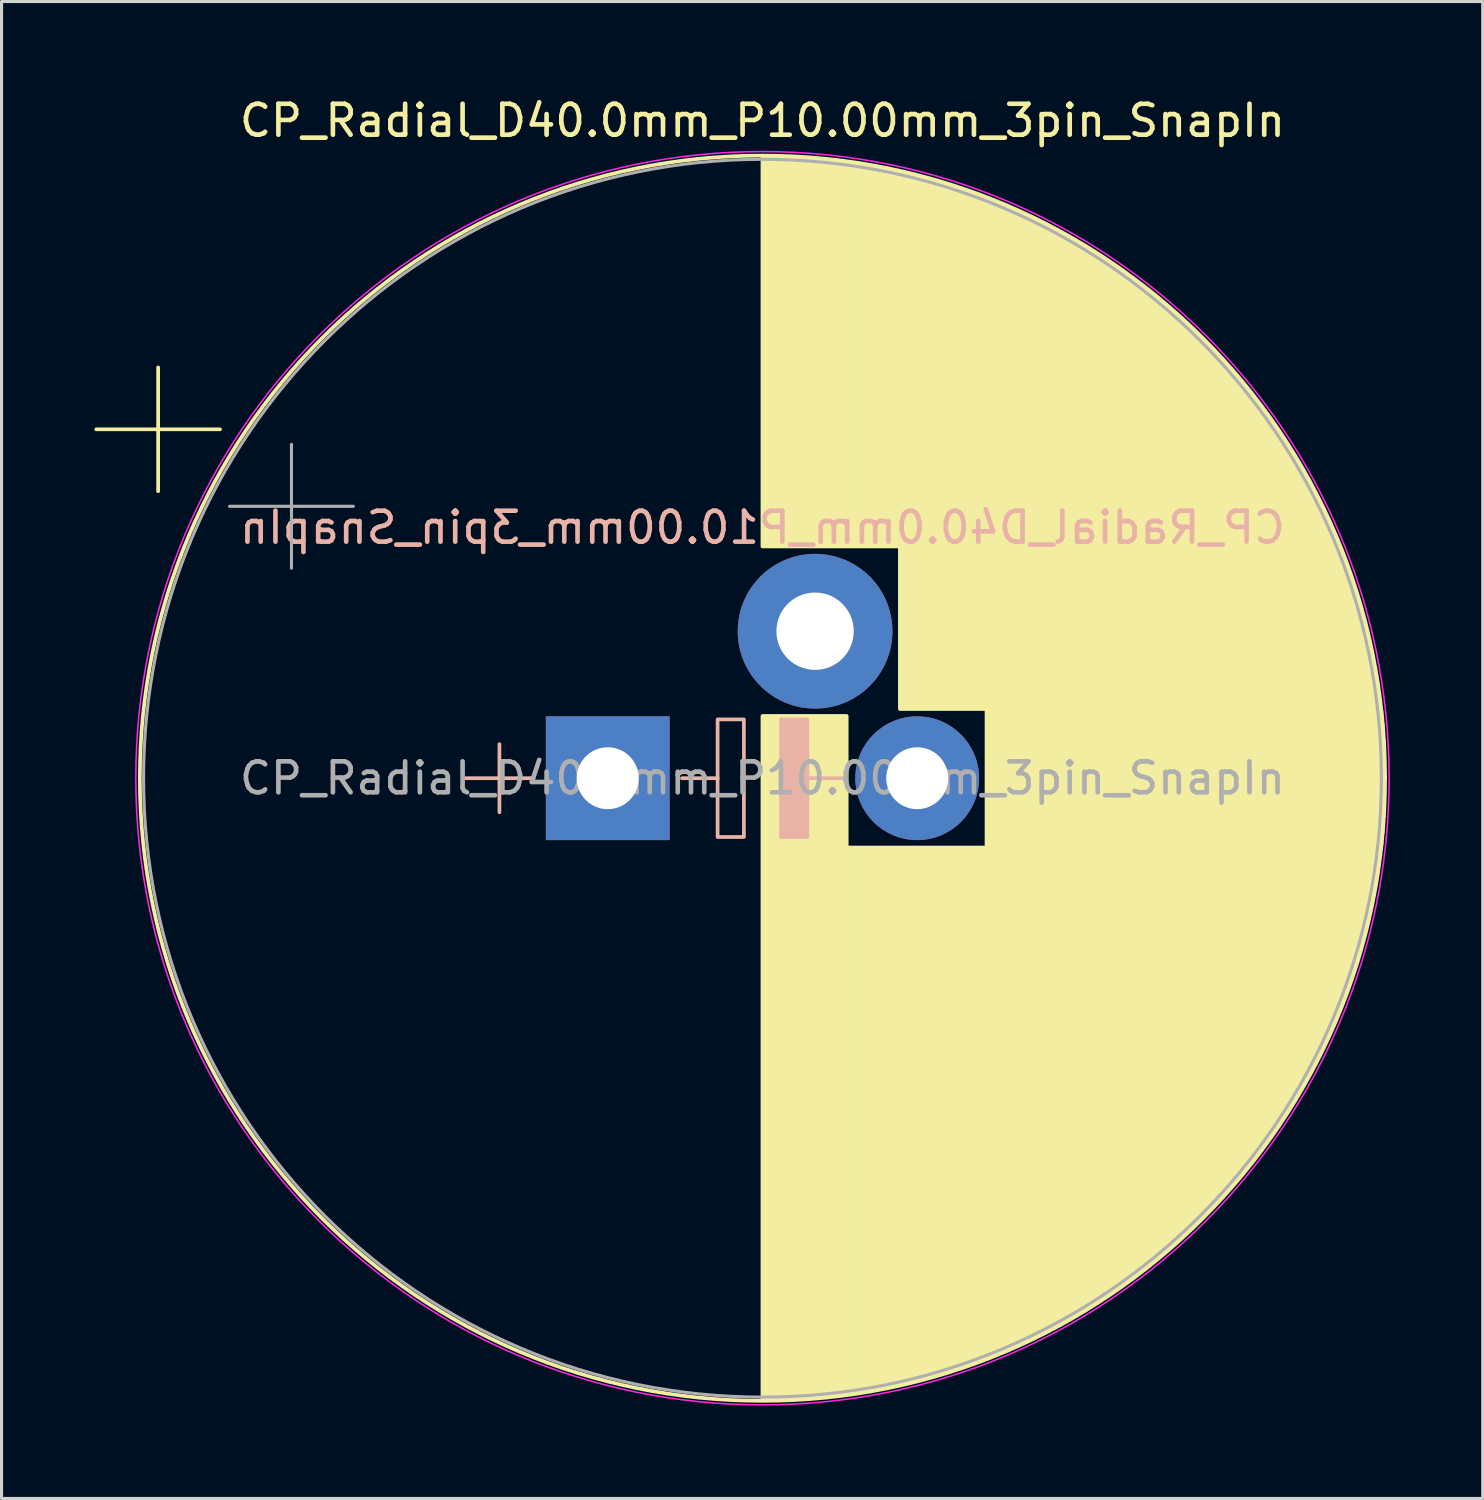
<source format=kicad_pcb>
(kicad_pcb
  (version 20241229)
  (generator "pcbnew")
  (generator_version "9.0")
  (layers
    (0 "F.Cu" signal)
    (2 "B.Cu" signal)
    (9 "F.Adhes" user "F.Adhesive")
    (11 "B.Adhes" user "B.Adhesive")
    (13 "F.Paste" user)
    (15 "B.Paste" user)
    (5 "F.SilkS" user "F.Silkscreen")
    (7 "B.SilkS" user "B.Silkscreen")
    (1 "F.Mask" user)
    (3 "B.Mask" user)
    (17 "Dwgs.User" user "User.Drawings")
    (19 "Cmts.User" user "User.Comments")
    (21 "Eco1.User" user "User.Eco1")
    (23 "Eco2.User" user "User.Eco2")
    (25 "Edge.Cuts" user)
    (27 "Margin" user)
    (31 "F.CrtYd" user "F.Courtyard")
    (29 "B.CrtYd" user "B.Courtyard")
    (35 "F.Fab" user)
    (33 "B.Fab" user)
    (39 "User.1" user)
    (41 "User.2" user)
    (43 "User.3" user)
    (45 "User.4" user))
  (footprint "CP_Radial_D40.0mm_P10.00mm_3pin_SnapIn"
    (layer "F.Cu")
    (at 16.589 22.098)
    (property "Reference" "CP_Radial_D40.0mm_P10.00mm_3pin_SnapIn" (at 5 -21.25 0) (layer "F.SilkS") (effects (font (size 1 1) (thickness 0.15))))
    (fp_line (start -16.529 -11.275) (end -12.529 -11.275) (stroke (width 0.12) (type solid)) (layer "F.SilkS"))
    (fp_line (start -14.529 -13.275) (end -14.529 -9.275) (stroke (width 0.12) (type solid)) (layer "F.SilkS"))
    (fp_line (start 5 -20.08) (end 5 -7.49) (stroke (width 0.12) (type solid)) (layer "F.SilkS"))
    (fp_line (start 5 -2.01) (end 5 20.08) (stroke (width 0.12) (type solid)) (layer "F.SilkS"))
    (fp_line (start 5.04 -20.08) (end 5.04 -7.49) (stroke (width 0.12) (type solid)) (layer "F.SilkS"))
    (fp_line (start 5.04 -2.01) (end 5.04 20.08) (stroke (width 0.12) (type solid)) (layer "F.SilkS"))
    (fp_line (start 5.08 -20.08) (end 5.08 -7.49) (stroke (width 0.12) (type solid)) (layer "F.SilkS"))
    (fp_line (start 5.08 -2.01) (end 5.08 20.08) (stroke (width 0.12) (type solid)) (layer "F.SilkS"))
    (fp_line (start 5.12 -20.08) (end 5.12 -7.49) (stroke (width 0.12) (type solid)) (layer "F.SilkS"))
    (fp_line (start 5.12 -2.01) (end 5.12 20.08) (stroke (width 0.12) (type solid)) (layer "F.SilkS"))
    (fp_line (start 5.16 -20.08) (end 5.16 -7.49) (stroke (width 0.12) (type solid)) (layer "F.SilkS"))
    (fp_line (start 5.16 -2.01) (end 5.16 20.08) (stroke (width 0.12) (type solid)) (layer "F.SilkS"))
    (fp_line (start 5.2 -20.08) (end 5.2 -7.49) (stroke (width 0.12) (type solid)) (layer "F.SilkS"))
    (fp_line (start 5.2 -2.01) (end 5.2 20.08) (stroke (width 0.12) (type solid)) (layer "F.SilkS"))
    (fp_line (start 5.24 -20.079) (end 5.24 -7.49) (stroke (width 0.12) (type solid)) (layer "F.SilkS"))
    (fp_line (start 5.24 -2.01) (end 5.24 20.079) (stroke (width 0.12) (type solid)) (layer "F.SilkS"))
    (fp_line (start 5.28 -20.079) (end 5.28 -7.49) (stroke (width 0.12) (type solid)) (layer "F.SilkS"))
    (fp_line (start 5.28 -2.01) (end 5.28 20.079) (stroke (width 0.12) (type solid)) (layer "F.SilkS"))
    (fp_line (start 5.32 -20.078) (end 5.32 -7.49) (stroke (width 0.12) (type solid)) (layer "F.SilkS"))
    (fp_line (start 5.32 -2.01) (end 5.32 20.078) (stroke (width 0.12) (type solid)) (layer "F.SilkS"))
    (fp_line (start 5.36 -20.077) (end 5.36 -7.49) (stroke (width 0.12) (type solid)) (layer "F.SilkS"))
    (fp_line (start 5.36 -2.01) (end 5.36 20.077) (stroke (width 0.12) (type solid)) (layer "F.SilkS"))
    (fp_line (start 5.4 -20.077) (end 5.4 -7.49) (stroke (width 0.12) (type solid)) (layer "F.SilkS"))
    (fp_line (start 5.4 -2.01) (end 5.4 20.077) (stroke (width 0.12) (type solid)) (layer "F.SilkS"))
    (fp_line (start 5.44 -20.076) (end 5.44 -7.49) (stroke (width 0.12) (type solid)) (layer "F.SilkS"))
    (fp_line (start 5.44 -2.01) (end 5.44 20.076) (stroke (width 0.12) (type solid)) (layer "F.SilkS"))
    (fp_line (start 5.48 -20.075) (end 5.48 -7.49) (stroke (width 0.12) (type solid)) (layer "F.SilkS"))
    (fp_line (start 5.48 -2.01) (end 5.48 20.075) (stroke (width 0.12) (type solid)) (layer "F.SilkS"))
    (fp_line (start 5.52 -20.074) (end 5.52 -7.49) (stroke (width 0.12) (type solid)) (layer "F.SilkS"))
    (fp_line (start 5.52 -2.01) (end 5.52 20.074) (stroke (width 0.12) (type solid)) (layer "F.SilkS"))
    (fp_line (start 5.56 -20.073) (end 5.56 -7.49) (stroke (width 0.12) (type solid)) (layer "F.SilkS"))
    (fp_line (start 5.56 -2.01) (end 5.56 20.073) (stroke (width 0.12) (type solid)) (layer "F.SilkS"))
    (fp_line (start 5.6 -20.072) (end 5.6 -7.49) (stroke (width 0.12) (type solid)) (layer "F.SilkS"))
    (fp_line (start 5.6 -2.01) (end 5.6 20.072) (stroke (width 0.12) (type solid)) (layer "F.SilkS"))
    (fp_line (start 5.64 -20.07) (end 5.64 -7.49) (stroke (width 0.12) (type solid)) (layer "F.SilkS"))
    (fp_line (start 5.64 -2.01) (end 5.64 20.07) (stroke (width 0.12) (type solid)) (layer "F.SilkS"))
    (fp_line (start 5.68 -20.069) (end 5.68 -7.49) (stroke (width 0.12) (type solid)) (layer "F.SilkS"))
    (fp_line (start 5.68 -2.01) (end 5.68 20.069) (stroke (width 0.12) (type solid)) (layer "F.SilkS"))
    (fp_line (start 5.721 -20.068) (end 5.721 -7.49) (stroke (width 0.12) (type solid)) (layer "F.SilkS"))
    (fp_line (start 5.721 -2.01) (end 5.721 20.068) (stroke (width 0.12) (type solid)) (layer "F.SilkS"))
    (fp_line (start 5.761 -20.066) (end 5.761 -7.49) (stroke (width 0.12) (type solid)) (layer "F.SilkS"))
    (fp_line (start 5.761 -2.01) (end 5.761 20.066) (stroke (width 0.12) (type solid)) (layer "F.SilkS"))
    (fp_line (start 5.801 -20.065) (end 5.801 -7.49) (stroke (width 0.12) (type solid)) (layer "F.SilkS"))
    (fp_line (start 5.801 -2.01) (end 5.801 20.065) (stroke (width 0.12) (type solid)) (layer "F.SilkS"))
    (fp_line (start 5.841 -20.063) (end 5.841 -7.49) (stroke (width 0.12) (type solid)) (layer "F.SilkS"))
    (fp_line (start 5.841 -2.01) (end 5.841 20.063) (stroke (width 0.12) (type solid)) (layer "F.SilkS"))
    (fp_line (start 5.881 -20.061) (end 5.881 -7.49) (stroke (width 0.12) (type solid)) (layer "F.SilkS"))
    (fp_line (start 5.881 -2.01) (end 5.881 20.061) (stroke (width 0.12) (type solid)) (layer "F.SilkS"))
    (fp_line (start 5.921 -20.059) (end 5.921 -7.49) (stroke (width 0.12) (type solid)) (layer "F.SilkS"))
    (fp_line (start 5.921 -2.01) (end 5.921 20.059) (stroke (width 0.12) (type solid)) (layer "F.SilkS"))
    (fp_line (start 5.961 -20.058) (end 5.961 -7.49) (stroke (width 0.12) (type solid)) (layer "F.SilkS"))
    (fp_line (start 5.961 -2.01) (end 5.961 20.058) (stroke (width 0.12) (type solid)) (layer "F.SilkS"))
    (fp_line (start 6.001 -20.056) (end 6.001 -7.49) (stroke (width 0.12) (type solid)) (layer "F.SilkS"))
    (fp_line (start 6.001 -2.01) (end 6.001 20.056) (stroke (width 0.12) (type solid)) (layer "F.SilkS"))
    (fp_line (start 6.041 -20.054) (end 6.041 -7.49) (stroke (width 0.12) (type solid)) (layer "F.SilkS"))
    (fp_line (start 6.041 -2.01) (end 6.041 20.054) (stroke (width 0.12) (type solid)) (layer "F.SilkS"))
    (fp_line (start 6.081 -20.051) (end 6.081 -7.49) (stroke (width 0.12) (type solid)) (layer "F.SilkS"))
    (fp_line (start 6.081 -2.01) (end 6.081 20.051) (stroke (width 0.12) (type solid)) (layer "F.SilkS"))
    (fp_line (start 6.121 -20.049) (end 6.121 -7.49) (stroke (width 0.12) (type solid)) (layer "F.SilkS"))
    (fp_line (start 6.121 -2.01) (end 6.121 20.049) (stroke (width 0.12) (type solid)) (layer "F.SilkS"))
    (fp_line (start 6.161 -20.047) (end 6.161 -7.49) (stroke (width 0.12) (type solid)) (layer "F.SilkS"))
    (fp_line (start 6.161 -2.01) (end 6.161 20.047) (stroke (width 0.12) (type solid)) (layer "F.SilkS"))
    (fp_line (start 6.201 -20.045) (end 6.201 -7.49) (stroke (width 0.12) (type solid)) (layer "F.SilkS"))
    (fp_line (start 6.201 -2.01) (end 6.201 20.045) (stroke (width 0.12) (type solid)) (layer "F.SilkS"))
    (fp_line (start 6.241 -20.042) (end 6.241 -7.49) (stroke (width 0.12) (type solid)) (layer "F.SilkS"))
    (fp_line (start 6.241 -2.01) (end 6.241 20.042) (stroke (width 0.12) (type solid)) (layer "F.SilkS"))
    (fp_line (start 6.281 -20.04) (end 6.281 -7.49) (stroke (width 0.12) (type solid)) (layer "F.SilkS"))
    (fp_line (start 6.281 -2.01) (end 6.281 20.04) (stroke (width 0.12) (type solid)) (layer "F.SilkS"))
    (fp_line (start 6.321 -20.037) (end 6.321 -7.49) (stroke (width 0.12) (type solid)) (layer "F.SilkS"))
    (fp_line (start 6.321 -2.01) (end 6.321 20.037) (stroke (width 0.12) (type solid)) (layer "F.SilkS"))
    (fp_line (start 6.361 -20.034) (end 6.361 -7.49) (stroke (width 0.12) (type solid)) (layer "F.SilkS"))
    (fp_line (start 6.361 -2.01) (end 6.361 20.034) (stroke (width 0.12) (type solid)) (layer "F.SilkS"))
    (fp_line (start 6.401 -20.032) (end 6.401 -7.49) (stroke (width 0.12) (type solid)) (layer "F.SilkS"))
    (fp_line (start 6.401 -2.01) (end 6.401 20.032) (stroke (width 0.12) (type solid)) (layer "F.SilkS"))
    (fp_line (start 6.441 -20.029) (end 6.441 -7.49) (stroke (width 0.12) (type solid)) (layer "F.SilkS"))
    (fp_line (start 6.441 -2.01) (end 6.441 20.029) (stroke (width 0.12) (type solid)) (layer "F.SilkS"))
    (fp_line (start 6.481 -20.026) (end 6.481 -7.49) (stroke (width 0.12) (type solid)) (layer "F.SilkS"))
    (fp_line (start 6.481 -2.01) (end 6.481 20.026) (stroke (width 0.12) (type solid)) (layer "F.SilkS"))
    (fp_line (start 6.521 -20.023) (end 6.521 -7.49) (stroke (width 0.12) (type solid)) (layer "F.SilkS"))
    (fp_line (start 6.521 -2.01) (end 6.521 20.023) (stroke (width 0.12) (type solid)) (layer "F.SilkS"))
    (fp_line (start 6.561 -20.02) (end 6.561 -7.49) (stroke (width 0.12) (type solid)) (layer "F.SilkS"))
    (fp_line (start 6.561 -2.01) (end 6.561 20.02) (stroke (width 0.12) (type solid)) (layer "F.SilkS"))
    (fp_line (start 6.601 -20.017) (end 6.601 -7.49) (stroke (width 0.12) (type solid)) (layer "F.SilkS"))
    (fp_line (start 6.601 -2.01) (end 6.601 20.017) (stroke (width 0.12) (type solid)) (layer "F.SilkS"))
    (fp_line (start 6.641 -20.014) (end 6.641 -7.49) (stroke (width 0.12) (type solid)) (layer "F.SilkS"))
    (fp_line (start 6.641 -2.01) (end 6.641 20.014) (stroke (width 0.12) (type solid)) (layer "F.SilkS"))
    (fp_line (start 6.681 -20.01) (end 6.681 -7.49) (stroke (width 0.12) (type solid)) (layer "F.SilkS"))
    (fp_line (start 6.681 -2.01) (end 6.681 20.01) (stroke (width 0.12) (type solid)) (layer "F.SilkS"))
    (fp_line (start 6.721 -20.007) (end 6.721 -7.49) (stroke (width 0.12) (type solid)) (layer "F.SilkS"))
    (fp_line (start 6.721 -2.01) (end 6.721 20.007) (stroke (width 0.12) (type solid)) (layer "F.SilkS"))
    (fp_line (start 6.761 -20.003) (end 6.761 -7.49) (stroke (width 0.12) (type solid)) (layer "F.SilkS"))
    (fp_line (start 6.761 -2.01) (end 6.761 20.003) (stroke (width 0.12) (type solid)) (layer "F.SilkS"))
    (fp_line (start 6.801 -20) (end 6.801 -7.49) (stroke (width 0.12) (type solid)) (layer "F.SilkS"))
    (fp_line (start 6.801 -2.01) (end 6.801 20) (stroke (width 0.12) (type solid)) (layer "F.SilkS"))
    (fp_line (start 6.841 -19.996) (end 6.841 -7.49) (stroke (width 0.12) (type solid)) (layer "F.SilkS"))
    (fp_line (start 6.841 -2.01) (end 6.841 19.996) (stroke (width 0.12) (type solid)) (layer "F.SilkS"))
    (fp_line (start 6.881 -19.992) (end 6.881 -7.49) (stroke (width 0.12) (type solid)) (layer "F.SilkS"))
    (fp_line (start 6.881 -2.01) (end 6.881 19.992) (stroke (width 0.12) (type solid)) (layer "F.SilkS"))
    (fp_line (start 6.921 -19.989) (end 6.921 -7.49) (stroke (width 0.12) (type solid)) (layer "F.SilkS"))
    (fp_line (start 6.921 -2.01) (end 6.921 19.989) (stroke (width 0.12) (type solid)) (layer "F.SilkS"))
    (fp_line (start 6.961 -19.985) (end 6.961 -7.49) (stroke (width 0.12) (type solid)) (layer "F.SilkS"))
    (fp_line (start 6.961 -2.01) (end 6.961 19.985) (stroke (width 0.12) (type solid)) (layer "F.SilkS"))
    (fp_line (start 7.001 -19.981) (end 7.001 -7.49) (stroke (width 0.12) (type solid)) (layer "F.SilkS"))
    (fp_line (start 7.001 -2.01) (end 7.001 19.981) (stroke (width 0.12) (type solid)) (layer "F.SilkS"))
    (fp_line (start 7.041 -19.977) (end 7.041 -7.49) (stroke (width 0.12) (type solid)) (layer "F.SilkS"))
    (fp_line (start 7.041 -2.01) (end 7.041 19.977) (stroke (width 0.12) (type solid)) (layer "F.SilkS"))
    (fp_line (start 7.081 -19.973) (end 7.081 -7.49) (stroke (width 0.12) (type solid)) (layer "F.SilkS"))
    (fp_line (start 7.081 -2.01) (end 7.081 19.973) (stroke (width 0.12) (type solid)) (layer "F.SilkS"))
    (fp_line (start 7.121 -19.968) (end 7.121 -7.49) (stroke (width 0.12) (type solid)) (layer "F.SilkS"))
    (fp_line (start 7.121 -2.01) (end 7.121 19.968) (stroke (width 0.12) (type solid)) (layer "F.SilkS"))
    (fp_line (start 7.161 -19.964) (end 7.161 -7.49) (stroke (width 0.12) (type solid)) (layer "F.SilkS"))
    (fp_line (start 7.161 -2.01) (end 7.161 19.964) (stroke (width 0.12) (type solid)) (layer "F.SilkS"))
    (fp_line (start 7.201 -19.96) (end 7.201 -7.49) (stroke (width 0.12) (type solid)) (layer "F.SilkS"))
    (fp_line (start 7.201 -2.01) (end 7.201 19.96) (stroke (width 0.12) (type solid)) (layer "F.SilkS"))
    (fp_line (start 7.241 -19.955) (end 7.241 -7.49) (stroke (width 0.12) (type solid)) (layer "F.SilkS"))
    (fp_line (start 7.241 -2.01) (end 7.241 19.955) (stroke (width 0.12) (type solid)) (layer "F.SilkS"))
    (fp_line (start 7.281 -19.951) (end 7.281 -7.49) (stroke (width 0.12) (type solid)) (layer "F.SilkS"))
    (fp_line (start 7.281 -2.01) (end 7.281 19.951) (stroke (width 0.12) (type solid)) (layer "F.SilkS"))
    (fp_line (start 7.321 -19.946) (end 7.321 -7.49) (stroke (width 0.12) (type solid)) (layer "F.SilkS"))
    (fp_line (start 7.321 -2.01) (end 7.321 19.946) (stroke (width 0.12) (type solid)) (layer "F.SilkS"))
    (fp_line (start 7.361 -19.942) (end 7.361 -7.49) (stroke (width 0.12) (type solid)) (layer "F.SilkS"))
    (fp_line (start 7.361 -2.01) (end 7.361 19.942) (stroke (width 0.12) (type solid)) (layer "F.SilkS"))
    (fp_line (start 7.401 -19.937) (end 7.401 -7.49) (stroke (width 0.12) (type solid)) (layer "F.SilkS"))
    (fp_line (start 7.401 -2.01) (end 7.401 19.937) (stroke (width 0.12) (type solid)) (layer "F.SilkS"))
    (fp_line (start 7.441 -19.932) (end 7.441 -7.49) (stroke (width 0.12) (type solid)) (layer "F.SilkS"))
    (fp_line (start 7.441 -2.01) (end 7.441 19.932) (stroke (width 0.12) (type solid)) (layer "F.SilkS"))
    (fp_line (start 7.481 -19.927) (end 7.481 -7.49) (stroke (width 0.12) (type solid)) (layer "F.SilkS"))
    (fp_line (start 7.481 -2.01) (end 7.481 19.927) (stroke (width 0.12) (type solid)) (layer "F.SilkS"))
    (fp_line (start 7.521 -19.922) (end 7.521 -7.49) (stroke (width 0.12) (type solid)) (layer "F.SilkS"))
    (fp_line (start 7.521 -2.01) (end 7.521 19.922) (stroke (width 0.12) (type solid)) (layer "F.SilkS"))
    (fp_line (start 7.561 -19.917) (end 7.561 -7.49) (stroke (width 0.12) (type solid)) (layer "F.SilkS"))
    (fp_line (start 7.561 -2.01) (end 7.561 19.917) (stroke (width 0.12) (type solid)) (layer "F.SilkS"))
    (fp_line (start 7.601 -19.912) (end 7.601 -7.49) (stroke (width 0.12) (type solid)) (layer "F.SilkS"))
    (fp_line (start 7.601 -2.01) (end 7.601 19.912) (stroke (width 0.12) (type solid)) (layer "F.SilkS"))
    (fp_line (start 7.641 -19.907) (end 7.641 -7.49) (stroke (width 0.12) (type solid)) (layer "F.SilkS"))
    (fp_line (start 7.641 -2.01) (end 7.641 19.907) (stroke (width 0.12) (type solid)) (layer "F.SilkS"))
    (fp_line (start 7.681 -19.901) (end 7.681 -7.49) (stroke (width 0.12) (type solid)) (layer "F.SilkS"))
    (fp_line (start 7.681 -2.01) (end 7.681 19.901) (stroke (width 0.12) (type solid)) (layer "F.SilkS"))
    (fp_line (start 7.721 -19.896) (end 7.721 -7.49) (stroke (width 0.12) (type solid)) (layer "F.SilkS"))
    (fp_line (start 7.721 -2.01) (end 7.721 19.896) (stroke (width 0.12) (type solid)) (layer "F.SilkS"))
    (fp_line (start 7.761 -19.89) (end 7.761 -7.49) (stroke (width 0.12) (type solid)) (layer "F.SilkS"))
    (fp_line (start 7.761 2.24) (end 7.761 19.89) (stroke (width 0.12) (type solid)) (layer "F.SilkS"))
    (fp_line (start 7.801 -19.885) (end 7.801 -7.49) (stroke (width 0.12) (type solid)) (layer "F.SilkS"))
    (fp_line (start 7.801 2.24) (end 7.801 19.885) (stroke (width 0.12) (type solid)) (layer "F.SilkS"))
    (fp_line (start 7.841 -19.879) (end 7.841 -7.49) (stroke (width 0.12) (type solid)) (layer "F.SilkS"))
    (fp_line (start 7.841 2.24) (end 7.841 19.879) (stroke (width 0.12) (type solid)) (layer "F.SilkS"))
    (fp_line (start 7.881 -19.873) (end 7.881 -7.49) (stroke (width 0.12) (type solid)) (layer "F.SilkS"))
    (fp_line (start 7.881 2.24) (end 7.881 19.873) (stroke (width 0.12) (type solid)) (layer "F.SilkS"))
    (fp_line (start 7.921 -19.867) (end 7.921 -7.49) (stroke (width 0.12) (type solid)) (layer "F.SilkS"))
    (fp_line (start 7.921 2.24) (end 7.921 19.867) (stroke (width 0.12) (type solid)) (layer "F.SilkS"))
    (fp_line (start 7.961 -19.862) (end 7.961 -7.49) (stroke (width 0.12) (type solid)) (layer "F.SilkS"))
    (fp_line (start 7.961 2.24) (end 7.961 19.862) (stroke (width 0.12) (type solid)) (layer "F.SilkS"))
    (fp_line (start 8.001 -19.856) (end 8.001 -7.49) (stroke (width 0.12) (type solid)) (layer "F.SilkS"))
    (fp_line (start 8.001 2.24) (end 8.001 19.856) (stroke (width 0.12) (type solid)) (layer "F.SilkS"))
    (fp_line (start 8.041 -19.85) (end 8.041 -7.49) (stroke (width 0.12) (type solid)) (layer "F.SilkS"))
    (fp_line (start 8.041 2.24) (end 8.041 19.85) (stroke (width 0.12) (type solid)) (layer "F.SilkS"))
    (fp_line (start 8.081 -19.843) (end 8.081 -7.49) (stroke (width 0.12) (type solid)) (layer "F.SilkS"))
    (fp_line (start 8.081 2.24) (end 8.081 19.843) (stroke (width 0.12) (type solid)) (layer "F.SilkS"))
    (fp_line (start 8.121 -19.837) (end 8.121 -7.49) (stroke (width 0.12) (type solid)) (layer "F.SilkS"))
    (fp_line (start 8.121 2.24) (end 8.121 19.837) (stroke (width 0.12) (type solid)) (layer "F.SilkS"))
    (fp_line (start 8.161 -19.831) (end 8.161 -7.49) (stroke (width 0.12) (type solid)) (layer "F.SilkS"))
    (fp_line (start 8.161 2.24) (end 8.161 19.831) (stroke (width 0.12) (type solid)) (layer "F.SilkS"))
    (fp_line (start 8.201 -19.824) (end 8.201 -7.49) (stroke (width 0.12) (type solid)) (layer "F.SilkS"))
    (fp_line (start 8.201 2.24) (end 8.201 19.824) (stroke (width 0.12) (type solid)) (layer "F.SilkS"))
    (fp_line (start 8.241 -19.818) (end 8.241 -7.49) (stroke (width 0.12) (type solid)) (layer "F.SilkS"))
    (fp_line (start 8.241 2.24) (end 8.241 19.818) (stroke (width 0.12) (type solid)) (layer "F.SilkS"))
    (fp_line (start 8.281 -19.811) (end 8.281 -7.49) (stroke (width 0.12) (type solid)) (layer "F.SilkS"))
    (fp_line (start 8.281 2.24) (end 8.281 19.811) (stroke (width 0.12) (type solid)) (layer "F.SilkS"))
    (fp_line (start 8.321 -19.805) (end 8.321 -7.49) (stroke (width 0.12) (type solid)) (layer "F.SilkS"))
    (fp_line (start 8.321 2.24) (end 8.321 19.805) (stroke (width 0.12) (type solid)) (layer "F.SilkS"))
    (fp_line (start 8.361 -19.798) (end 8.361 -7.49) (stroke (width 0.12) (type solid)) (layer "F.SilkS"))
    (fp_line (start 8.361 2.24) (end 8.361 19.798) (stroke (width 0.12) (type solid)) (layer "F.SilkS"))
    (fp_line (start 8.401 -19.791) (end 8.401 -7.49) (stroke (width 0.12) (type solid)) (layer "F.SilkS"))
    (fp_line (start 8.401 2.24) (end 8.401 19.791) (stroke (width 0.12) (type solid)) (layer "F.SilkS"))
    (fp_line (start 8.441 -19.784) (end 8.441 -7.49) (stroke (width 0.12) (type solid)) (layer "F.SilkS"))
    (fp_line (start 8.441 2.24) (end 8.441 19.784) (stroke (width 0.12) (type solid)) (layer "F.SilkS"))
    (fp_line (start 8.481 -19.777) (end 8.481 -7.49) (stroke (width 0.12) (type solid)) (layer "F.SilkS"))
    (fp_line (start 8.481 2.24) (end 8.481 19.777) (stroke (width 0.12) (type solid)) (layer "F.SilkS"))
    (fp_line (start 8.521 -19.77) (end 8.521 -7.49) (stroke (width 0.12) (type solid)) (layer "F.SilkS"))
    (fp_line (start 8.521 2.24) (end 8.521 19.77) (stroke (width 0.12) (type solid)) (layer "F.SilkS"))
    (fp_line (start 8.561 -19.763) (end 8.561 -7.49) (stroke (width 0.12) (type solid)) (layer "F.SilkS"))
    (fp_line (start 8.561 2.24) (end 8.561 19.763) (stroke (width 0.12) (type solid)) (layer "F.SilkS"))
    (fp_line (start 8.601 -19.756) (end 8.601 -7.49) (stroke (width 0.12) (type solid)) (layer "F.SilkS"))
    (fp_line (start 8.601 2.24) (end 8.601 19.756) (stroke (width 0.12) (type solid)) (layer "F.SilkS"))
    (fp_line (start 8.641 -19.748) (end 8.641 -7.49) (stroke (width 0.12) (type solid)) (layer "F.SilkS"))
    (fp_line (start 8.641 2.24) (end 8.641 19.748) (stroke (width 0.12) (type solid)) (layer "F.SilkS"))
    (fp_line (start 8.681 -19.741) (end 8.681 -7.49) (stroke (width 0.12) (type solid)) (layer "F.SilkS"))
    (fp_line (start 8.681 2.24) (end 8.681 19.741) (stroke (width 0.12) (type solid)) (layer "F.SilkS"))
    (fp_line (start 8.721 -19.734) (end 8.721 -7.49) (stroke (width 0.12) (type solid)) (layer "F.SilkS"))
    (fp_line (start 8.721 2.24) (end 8.721 19.734) (stroke (width 0.12) (type solid)) (layer "F.SilkS"))
    (fp_line (start 8.761 -19.726) (end 8.761 -7.49) (stroke (width 0.12) (type solid)) (layer "F.SilkS"))
    (fp_line (start 8.761 2.24) (end 8.761 19.726) (stroke (width 0.12) (type solid)) (layer "F.SilkS"))
    (fp_line (start 8.801 -19.718) (end 8.801 -7.49) (stroke (width 0.12) (type solid)) (layer "F.SilkS"))
    (fp_line (start 8.801 2.24) (end 8.801 19.718) (stroke (width 0.12) (type solid)) (layer "F.SilkS"))
    (fp_line (start 8.841 -19.711) (end 8.841 -7.49) (stroke (width 0.12) (type solid)) (layer "F.SilkS"))
    (fp_line (start 8.841 2.24) (end 8.841 19.711) (stroke (width 0.12) (type solid)) (layer "F.SilkS"))
    (fp_line (start 8.881 -19.703) (end 8.881 -7.49) (stroke (width 0.12) (type solid)) (layer "F.SilkS"))
    (fp_line (start 8.881 2.24) (end 8.881 19.703) (stroke (width 0.12) (type solid)) (layer "F.SilkS"))
    (fp_line (start 8.921 -19.695) (end 8.921 -7.49) (stroke (width 0.12) (type solid)) (layer "F.SilkS"))
    (fp_line (start 8.921 2.24) (end 8.921 19.695) (stroke (width 0.12) (type solid)) (layer "F.SilkS"))
    (fp_line (start 8.961 -19.687) (end 8.961 -7.49) (stroke (width 0.12) (type solid)) (layer "F.SilkS"))
    (fp_line (start 8.961 2.24) (end 8.961 19.687) (stroke (width 0.12) (type solid)) (layer "F.SilkS"))
    (fp_line (start 9.001 -19.679) (end 9.001 -7.49) (stroke (width 0.12) (type solid)) (layer "F.SilkS"))
    (fp_line (start 9.001 2.24) (end 9.001 19.679) (stroke (width 0.12) (type solid)) (layer "F.SilkS"))
    (fp_line (start 9.041 -19.671) (end 9.041 -7.49) (stroke (width 0.12) (type solid)) (layer "F.SilkS"))
    (fp_line (start 9.041 2.24) (end 9.041 19.671) (stroke (width 0.12) (type solid)) (layer "F.SilkS"))
    (fp_line (start 9.081 -19.662) (end 9.081 -7.49) (stroke (width 0.12) (type solid)) (layer "F.SilkS"))
    (fp_line (start 9.081 2.24) (end 9.081 19.662) (stroke (width 0.12) (type solid)) (layer "F.SilkS"))
    (fp_line (start 9.121 -19.654) (end 9.121 -7.49) (stroke (width 0.12) (type solid)) (layer "F.SilkS"))
    (fp_line (start 9.121 2.24) (end 9.121 19.654) (stroke (width 0.12) (type solid)) (layer "F.SilkS"))
    (fp_line (start 9.161 -19.646) (end 9.161 -7.49) (stroke (width 0.12) (type solid)) (layer "F.SilkS"))
    (fp_line (start 9.161 2.24) (end 9.161 19.646) (stroke (width 0.12) (type solid)) (layer "F.SilkS"))
    (fp_line (start 9.201 -19.637) (end 9.201 -7.49) (stroke (width 0.12) (type solid)) (layer "F.SilkS"))
    (fp_line (start 9.201 2.24) (end 9.201 19.637) (stroke (width 0.12) (type solid)) (layer "F.SilkS"))
    (fp_line (start 9.241 -19.629) (end 9.241 -7.49) (stroke (width 0.12) (type solid)) (layer "F.SilkS"))
    (fp_line (start 9.241 2.24) (end 9.241 19.629) (stroke (width 0.12) (type solid)) (layer "F.SilkS"))
    (fp_line (start 9.281 -19.62) (end 9.281 -7.49) (stroke (width 0.12) (type solid)) (layer "F.SilkS"))
    (fp_line (start 9.281 2.24) (end 9.281 19.62) (stroke (width 0.12) (type solid)) (layer "F.SilkS"))
    (fp_line (start 9.321 -19.611) (end 9.321 -7.49) (stroke (width 0.12) (type solid)) (layer "F.SilkS"))
    (fp_line (start 9.321 2.24) (end 9.321 19.611) (stroke (width 0.12) (type solid)) (layer "F.SilkS"))
    (fp_line (start 9.361 -19.602) (end 9.361 -7.49) (stroke (width 0.12) (type solid)) (layer "F.SilkS"))
    (fp_line (start 9.361 2.24) (end 9.361 19.602) (stroke (width 0.12) (type solid)) (layer "F.SilkS"))
    (fp_line (start 9.401 -19.593) (end 9.401 -7.49) (stroke (width 0.12) (type solid)) (layer "F.SilkS"))
    (fp_line (start 9.401 2.24) (end 9.401 19.593) (stroke (width 0.12) (type solid)) (layer "F.SilkS"))
    (fp_line (start 9.441 -19.584) (end 9.441 -2.24) (stroke (width 0.12) (type solid)) (layer "F.SilkS"))
    (fp_line (start 9.441 2.24) (end 9.441 19.584) (stroke (width 0.12) (type solid)) (layer "F.SilkS"))
    (fp_line (start 9.481 -19.575) (end 9.481 -2.24) (stroke (width 0.12) (type solid)) (layer "F.SilkS"))
    (fp_line (start 9.481 2.24) (end 9.481 19.575) (stroke (width 0.12) (type solid)) (layer "F.SilkS"))
    (fp_line (start 9.521 -19.566) (end 9.521 -2.24) (stroke (width 0.12) (type solid)) (layer "F.SilkS"))
    (fp_line (start 9.521 2.24) (end 9.521 19.566) (stroke (width 0.12) (type solid)) (layer "F.SilkS"))
    (fp_line (start 9.561 -19.557) (end 9.561 -2.24) (stroke (width 0.12) (type solid)) (layer "F.SilkS"))
    (fp_line (start 9.561 2.24) (end 9.561 19.557) (stroke (width 0.12) (type solid)) (layer "F.SilkS"))
    (fp_line (start 9.601 -19.548) (end 9.601 -2.24) (stroke (width 0.12) (type solid)) (layer "F.SilkS"))
    (fp_line (start 9.601 2.24) (end 9.601 19.548) (stroke (width 0.12) (type solid)) (layer "F.SilkS"))
    (fp_line (start 9.641 -19.538) (end 9.641 -2.24) (stroke (width 0.12) (type solid)) (layer "F.SilkS"))
    (fp_line (start 9.641 2.24) (end 9.641 19.538) (stroke (width 0.12) (type solid)) (layer "F.SilkS"))
    (fp_line (start 9.681 -19.529) (end 9.681 -2.24) (stroke (width 0.12) (type solid)) (layer "F.SilkS"))
    (fp_line (start 9.681 2.24) (end 9.681 19.529) (stroke (width 0.12) (type solid)) (layer "F.SilkS"))
    (fp_line (start 9.721 -19.519) (end 9.721 -2.24) (stroke (width 0.12) (type solid)) (layer "F.SilkS"))
    (fp_line (start 9.721 2.24) (end 9.721 19.519) (stroke (width 0.12) (type solid)) (layer "F.SilkS"))
    (fp_line (start 9.761 -19.509) (end 9.761 -2.24) (stroke (width 0.12) (type solid)) (layer "F.SilkS"))
    (fp_line (start 9.761 2.24) (end 9.761 19.509) (stroke (width 0.12) (type solid)) (layer "F.SilkS"))
    (fp_line (start 9.801 -19.5) (end 9.801 -2.24) (stroke (width 0.12) (type solid)) (layer "F.SilkS"))
    (fp_line (start 9.801 2.24) (end 9.801 19.5) (stroke (width 0.12) (type solid)) (layer "F.SilkS"))
    (fp_line (start 9.841 -19.49) (end 9.841 -2.24) (stroke (width 0.12) (type solid)) (layer "F.SilkS"))
    (fp_line (start 9.841 2.24) (end 9.841 19.49) (stroke (width 0.12) (type solid)) (layer "F.SilkS"))
    (fp_line (start 9.881 -19.48) (end 9.881 -2.24) (stroke (width 0.12) (type solid)) (layer "F.SilkS"))
    (fp_line (start 9.881 2.24) (end 9.881 19.48) (stroke (width 0.12) (type solid)) (layer "F.SilkS"))
    (fp_line (start 9.921 -19.47) (end 9.921 -2.24) (stroke (width 0.12) (type solid)) (layer "F.SilkS"))
    (fp_line (start 9.921 2.24) (end 9.921 19.47) (stroke (width 0.12) (type solid)) (layer "F.SilkS"))
    (fp_line (start 9.961 -19.46) (end 9.961 -2.24) (stroke (width 0.12) (type solid)) (layer "F.SilkS"))
    (fp_line (start 9.961 2.24) (end 9.961 19.46) (stroke (width 0.12) (type solid)) (layer "F.SilkS"))
    (fp_line (start 10.001 -19.449) (end 10.001 -2.24) (stroke (width 0.12) (type solid)) (layer "F.SilkS"))
    (fp_line (start 10.001 2.24) (end 10.001 19.449) (stroke (width 0.12) (type solid)) (layer "F.SilkS"))
    (fp_line (start 10.041 -19.439) (end 10.041 -2.24) (stroke (width 0.12) (type solid)) (layer "F.SilkS"))
    (fp_line (start 10.041 2.24) (end 10.041 19.439) (stroke (width 0.12) (type solid)) (layer "F.SilkS"))
    (fp_line (start 10.081 -19.429) (end 10.081 -2.24) (stroke (width 0.12) (type solid)) (layer "F.SilkS"))
    (fp_line (start 10.081 2.24) (end 10.081 19.429) (stroke (width 0.12) (type solid)) (layer "F.SilkS"))
    (fp_line (start 10.121 -19.418) (end 10.121 -2.24) (stroke (width 0.12) (type solid)) (layer "F.SilkS"))
    (fp_line (start 10.121 2.24) (end 10.121 19.418) (stroke (width 0.12) (type solid)) (layer "F.SilkS"))
    (fp_line (start 10.161 -19.408) (end 10.161 -2.24) (stroke (width 0.12) (type solid)) (layer "F.SilkS"))
    (fp_line (start 10.161 2.24) (end 10.161 19.408) (stroke (width 0.12) (type solid)) (layer "F.SilkS"))
    (fp_line (start 10.201 -19.397) (end 10.201 -2.24) (stroke (width 0.12) (type solid)) (layer "F.SilkS"))
    (fp_line (start 10.201 2.24) (end 10.201 19.397) (stroke (width 0.12) (type solid)) (layer "F.SilkS"))
    (fp_line (start 10.241 -19.386) (end 10.241 -2.24) (stroke (width 0.12) (type solid)) (layer "F.SilkS"))
    (fp_line (start 10.241 2.24) (end 10.241 19.386) (stroke (width 0.12) (type solid)) (layer "F.SilkS"))
    (fp_line (start 10.281 -19.375) (end 10.281 -2.24) (stroke (width 0.12) (type solid)) (layer "F.SilkS"))
    (fp_line (start 10.281 2.24) (end 10.281 19.375) (stroke (width 0.12) (type solid)) (layer "F.SilkS"))
    (fp_line (start 10.321 -19.364) (end 10.321 -2.24) (stroke (width 0.12) (type solid)) (layer "F.SilkS"))
    (fp_line (start 10.321 2.24) (end 10.321 19.364) (stroke (width 0.12) (type solid)) (layer "F.SilkS"))
    (fp_line (start 10.361 -19.353) (end 10.361 -2.24) (stroke (width 0.12) (type solid)) (layer "F.SilkS"))
    (fp_line (start 10.361 2.24) (end 10.361 19.353) (stroke (width 0.12) (type solid)) (layer "F.SilkS"))
    (fp_line (start 10.401 -19.342) (end 10.401 -2.24) (stroke (width 0.12) (type solid)) (layer "F.SilkS"))
    (fp_line (start 10.401 2.24) (end 10.401 19.342) (stroke (width 0.12) (type solid)) (layer "F.SilkS"))
    (fp_line (start 10.441 -19.331) (end 10.441 -2.24) (stroke (width 0.12) (type solid)) (layer "F.SilkS"))
    (fp_line (start 10.441 2.24) (end 10.441 19.331) (stroke (width 0.12) (type solid)) (layer "F.SilkS"))
    (fp_line (start 10.481 -19.32) (end 10.481 -2.24) (stroke (width 0.12) (type solid)) (layer "F.SilkS"))
    (fp_line (start 10.481 2.24) (end 10.481 19.32) (stroke (width 0.12) (type solid)) (layer "F.SilkS"))
    (fp_line (start 10.521 -19.308) (end 10.521 -2.24) (stroke (width 0.12) (type solid)) (layer "F.SilkS"))
    (fp_line (start 10.521 2.24) (end 10.521 19.308) (stroke (width 0.12) (type solid)) (layer "F.SilkS"))
    (fp_line (start 10.561 -19.297) (end 10.561 -2.24) (stroke (width 0.12) (type solid)) (layer "F.SilkS"))
    (fp_line (start 10.561 2.24) (end 10.561 19.297) (stroke (width 0.12) (type solid)) (layer "F.SilkS"))
    (fp_line (start 10.601 -19.285) (end 10.601 -2.24) (stroke (width 0.12) (type solid)) (layer "F.SilkS"))
    (fp_line (start 10.601 2.24) (end 10.601 19.285) (stroke (width 0.12) (type solid)) (layer "F.SilkS"))
    (fp_line (start 10.641 -19.274) (end 10.641 -2.24) (stroke (width 0.12) (type solid)) (layer "F.SilkS"))
    (fp_line (start 10.641 2.24) (end 10.641 19.274) (stroke (width 0.12) (type solid)) (layer "F.SilkS"))
    (fp_line (start 10.681 -19.262) (end 10.681 -2.24) (stroke (width 0.12) (type solid)) (layer "F.SilkS"))
    (fp_line (start 10.681 2.24) (end 10.681 19.262) (stroke (width 0.12) (type solid)) (layer "F.SilkS"))
    (fp_line (start 10.721 -19.25) (end 10.721 -2.24) (stroke (width 0.12) (type solid)) (layer "F.SilkS"))
    (fp_line (start 10.721 2.24) (end 10.721 19.25) (stroke (width 0.12) (type solid)) (layer "F.SilkS"))
    (fp_line (start 10.761 -19.238) (end 10.761 -2.24) (stroke (width 0.12) (type solid)) (layer "F.SilkS"))
    (fp_line (start 10.761 2.24) (end 10.761 19.238) (stroke (width 0.12) (type solid)) (layer "F.SilkS"))
    (fp_line (start 10.801 -19.226) (end 10.801 -2.24) (stroke (width 0.12) (type solid)) (layer "F.SilkS"))
    (fp_line (start 10.801 2.24) (end 10.801 19.226) (stroke (width 0.12) (type solid)) (layer "F.SilkS"))
    (fp_line (start 10.841 -19.214) (end 10.841 -2.24) (stroke (width 0.12) (type solid)) (layer "F.SilkS"))
    (fp_line (start 10.841 2.24) (end 10.841 19.214) (stroke (width 0.12) (type solid)) (layer "F.SilkS"))
    (fp_line (start 10.881 -19.202) (end 10.881 -2.24) (stroke (width 0.12) (type solid)) (layer "F.SilkS"))
    (fp_line (start 10.881 2.24) (end 10.881 19.202) (stroke (width 0.12) (type solid)) (layer "F.SilkS"))
    (fp_line (start 10.921 -19.19) (end 10.921 -2.24) (stroke (width 0.12) (type solid)) (layer "F.SilkS"))
    (fp_line (start 10.921 2.24) (end 10.921 19.19) (stroke (width 0.12) (type solid)) (layer "F.SilkS"))
    (fp_line (start 10.961 -19.177) (end 10.961 -2.24) (stroke (width 0.12) (type solid)) (layer "F.SilkS"))
    (fp_line (start 10.961 2.24) (end 10.961 19.177) (stroke (width 0.12) (type solid)) (layer "F.SilkS"))
    (fp_line (start 11.001 -19.165) (end 11.001 -2.24) (stroke (width 0.12) (type solid)) (layer "F.SilkS"))
    (fp_line (start 11.001 2.24) (end 11.001 19.165) (stroke (width 0.12) (type solid)) (layer "F.SilkS"))
    (fp_line (start 11.041 -19.152) (end 11.041 -2.24) (stroke (width 0.12) (type solid)) (layer "F.SilkS"))
    (fp_line (start 11.041 2.24) (end 11.041 19.152) (stroke (width 0.12) (type solid)) (layer "F.SilkS"))
    (fp_line (start 11.081 -19.14) (end 11.081 -2.24) (stroke (width 0.12) (type solid)) (layer "F.SilkS"))
    (fp_line (start 11.081 2.24) (end 11.081 19.14) (stroke (width 0.12) (type solid)) (layer "F.SilkS"))
    (fp_line (start 11.121 -19.127) (end 11.121 -2.24) (stroke (width 0.12) (type solid)) (layer "F.SilkS"))
    (fp_line (start 11.121 2.24) (end 11.121 19.127) (stroke (width 0.12) (type solid)) (layer "F.SilkS"))
    (fp_line (start 11.161 -19.114) (end 11.161 -2.24) (stroke (width 0.12) (type solid)) (layer "F.SilkS"))
    (fp_line (start 11.161 2.24) (end 11.161 19.114) (stroke (width 0.12) (type solid)) (layer "F.SilkS"))
    (fp_line (start 11.201 -19.101) (end 11.201 -2.24) (stroke (width 0.12) (type solid)) (layer "F.SilkS"))
    (fp_line (start 11.201 2.24) (end 11.201 19.101) (stroke (width 0.12) (type solid)) (layer "F.SilkS"))
    (fp_line (start 11.241 -19.088) (end 11.241 -2.24) (stroke (width 0.12) (type solid)) (layer "F.SilkS"))
    (fp_line (start 11.241 2.24) (end 11.241 19.088) (stroke (width 0.12) (type solid)) (layer "F.SilkS"))
    (fp_line (start 11.281 -19.075) (end 11.281 -2.24) (stroke (width 0.12) (type solid)) (layer "F.SilkS"))
    (fp_line (start 11.281 2.24) (end 11.281 19.075) (stroke (width 0.12) (type solid)) (layer "F.SilkS"))
    (fp_line (start 11.321 -19.062) (end 11.321 -2.24) (stroke (width 0.12) (type solid)) (layer "F.SilkS"))
    (fp_line (start 11.321 2.24) (end 11.321 19.062) (stroke (width 0.12) (type solid)) (layer "F.SilkS"))
    (fp_line (start 11.361 -19.049) (end 11.361 -2.24) (stroke (width 0.12) (type solid)) (layer "F.SilkS"))
    (fp_line (start 11.361 2.24) (end 11.361 19.049) (stroke (width 0.12) (type solid)) (layer "F.SilkS"))
    (fp_line (start 11.401 -19.035) (end 11.401 -2.24) (stroke (width 0.12) (type solid)) (layer "F.SilkS"))
    (fp_line (start 11.401 2.24) (end 11.401 19.035) (stroke (width 0.12) (type solid)) (layer "F.SilkS"))
    (fp_line (start 11.441 -19.022) (end 11.441 -2.24) (stroke (width 0.12) (type solid)) (layer "F.SilkS"))
    (fp_line (start 11.441 2.24) (end 11.441 19.022) (stroke (width 0.12) (type solid)) (layer "F.SilkS"))
    (fp_line (start 11.481 -19.008) (end 11.481 -2.24) (stroke (width 0.12) (type solid)) (layer "F.SilkS"))
    (fp_line (start 11.481 2.24) (end 11.481 19.008) (stroke (width 0.12) (type solid)) (layer "F.SilkS"))
    (fp_line (start 11.521 -18.995) (end 11.521 -2.24) (stroke (width 0.12) (type solid)) (layer "F.SilkS"))
    (fp_line (start 11.521 2.24) (end 11.521 18.995) (stroke (width 0.12) (type solid)) (layer "F.SilkS"))
    (fp_line (start 11.561 -18.981) (end 11.561 -2.24) (stroke (width 0.12) (type solid)) (layer "F.SilkS"))
    (fp_line (start 11.561 2.24) (end 11.561 18.981) (stroke (width 0.12) (type solid)) (layer "F.SilkS"))
    (fp_line (start 11.601 -18.967) (end 11.601 -2.24) (stroke (width 0.12) (type solid)) (layer "F.SilkS"))
    (fp_line (start 11.601 2.24) (end 11.601 18.967) (stroke (width 0.12) (type solid)) (layer "F.SilkS"))
    (fp_line (start 11.641 -18.953) (end 11.641 -2.24) (stroke (width 0.12) (type solid)) (layer "F.SilkS"))
    (fp_line (start 11.641 2.24) (end 11.641 18.953) (stroke (width 0.12) (type solid)) (layer "F.SilkS"))
    (fp_line (start 11.681 -18.939) (end 11.681 -2.24) (stroke (width 0.12) (type solid)) (layer "F.SilkS"))
    (fp_line (start 11.681 2.24) (end 11.681 18.939) (stroke (width 0.12) (type solid)) (layer "F.SilkS"))
    (fp_line (start 11.721 -18.925) (end 11.721 -2.24) (stroke (width 0.12) (type solid)) (layer "F.SilkS"))
    (fp_line (start 11.721 2.24) (end 11.721 18.925) (stroke (width 0.12) (type solid)) (layer "F.SilkS"))
    (fp_line (start 11.761 -18.911) (end 11.761 -2.24) (stroke (width 0.12) (type solid)) (layer "F.SilkS"))
    (fp_line (start 11.761 2.24) (end 11.761 18.911) (stroke (width 0.12) (type solid)) (layer "F.SilkS"))
    (fp_line (start 11.801 -18.897) (end 11.801 -2.24) (stroke (width 0.12) (type solid)) (layer "F.SilkS"))
    (fp_line (start 11.801 2.24) (end 11.801 18.897) (stroke (width 0.12) (type solid)) (layer "F.SilkS"))
    (fp_line (start 11.841 -18.882) (end 11.841 -2.24) (stroke (width 0.12) (type solid)) (layer "F.SilkS"))
    (fp_line (start 11.841 2.24) (end 11.841 18.882) (stroke (width 0.12) (type solid)) (layer "F.SilkS"))
    (fp_line (start 11.881 -18.868) (end 11.881 -2.24) (stroke (width 0.12) (type solid)) (layer "F.SilkS"))
    (fp_line (start 11.881 2.24) (end 11.881 18.868) (stroke (width 0.12) (type solid)) (layer "F.SilkS"))
    (fp_line (start 11.921 -18.853) (end 11.921 -2.24) (stroke (width 0.12) (type solid)) (layer "F.SilkS"))
    (fp_line (start 11.921 2.24) (end 11.921 18.853) (stroke (width 0.12) (type solid)) (layer "F.SilkS"))
    (fp_line (start 11.961 -18.838) (end 11.961 -2.24) (stroke (width 0.12) (type solid)) (layer "F.SilkS"))
    (fp_line (start 11.961 2.24) (end 11.961 18.838) (stroke (width 0.12) (type solid)) (layer "F.SilkS"))
    (fp_line (start 12.001 -18.824) (end 12.001 -2.24) (stroke (width 0.12) (type solid)) (layer "F.SilkS"))
    (fp_line (start 12.001 2.24) (end 12.001 18.824) (stroke (width 0.12) (type solid)) (layer "F.SilkS"))
    (fp_line (start 12.041 -18.809) (end 12.041 -2.24) (stroke (width 0.12) (type solid)) (layer "F.SilkS"))
    (fp_line (start 12.041 2.24) (end 12.041 18.809) (stroke (width 0.12) (type solid)) (layer "F.SilkS"))
    (fp_line (start 12.081 -18.794) (end 12.081 -2.24) (stroke (width 0.12) (type solid)) (layer "F.SilkS"))
    (fp_line (start 12.081 2.24) (end 12.081 18.794) (stroke (width 0.12) (type solid)) (layer "F.SilkS"))
    (fp_line (start 12.121 -18.779) (end 12.121 -2.24) (stroke (width 0.12) (type solid)) (layer "F.SilkS"))
    (fp_line (start 12.121 2.24) (end 12.121 18.779) (stroke (width 0.12) (type solid)) (layer "F.SilkS"))
    (fp_line (start 12.161 -18.763) (end 12.161 -2.24) (stroke (width 0.12) (type solid)) (layer "F.SilkS"))
    (fp_line (start 12.161 2.24) (end 12.161 18.763) (stroke (width 0.12) (type solid)) (layer "F.SilkS"))
    (fp_line (start 12.201 -18.748) (end 12.201 -2.24) (stroke (width 0.12) (type solid)) (layer "F.SilkS"))
    (fp_line (start 12.201 2.24) (end 12.201 18.748) (stroke (width 0.12) (type solid)) (layer "F.SilkS"))
    (fp_line (start 12.241 -18.733) (end 12.241 18.733) (stroke (width 0.12) (type solid)) (layer "F.SilkS"))
    (fp_line (start 12.281 -18.717) (end 12.281 18.717) (stroke (width 0.12) (type solid)) (layer "F.SilkS"))
    (fp_line (start 12.321 -18.702) (end 12.321 18.702) (stroke (width 0.12) (type solid)) (layer "F.SilkS"))
    (fp_line (start 12.361 -18.686) (end 12.361 18.686) (stroke (width 0.12) (type solid)) (layer "F.SilkS"))
    (fp_line (start 12.401 -18.67) (end 12.401 18.67) (stroke (width 0.12) (type solid)) (layer "F.SilkS"))
    (fp_line (start 12.441 -18.654) (end 12.441 18.654) (stroke (width 0.12) (type solid)) (layer "F.SilkS"))
    (fp_line (start 12.481 -18.638) (end 12.481 18.638) (stroke (width 0.12) (type solid)) (layer "F.SilkS"))
    (fp_line (start 12.521 -18.622) (end 12.521 18.622) (stroke (width 0.12) (type solid)) (layer "F.SilkS"))
    (fp_line (start 12.561 -18.606) (end 12.561 18.606) (stroke (width 0.12) (type solid)) (layer "F.SilkS"))
    (fp_line (start 12.601 -18.59) (end 12.601 18.59) (stroke (width 0.12) (type solid)) (layer "F.SilkS"))
    (fp_line (start 12.641 -18.574) (end 12.641 18.574) (stroke (width 0.12) (type solid)) (layer "F.SilkS"))
    (fp_line (start 12.681 -18.557) (end 12.681 18.557) (stroke (width 0.12) (type solid)) (layer "F.SilkS"))
    (fp_line (start 12.721 -18.54) (end 12.721 18.54) (stroke (width 0.12) (type solid)) (layer "F.SilkS"))
    (fp_line (start 12.761 -18.524) (end 12.761 18.524) (stroke (width 0.12) (type solid)) (layer "F.SilkS"))
    (fp_line (start 12.801 -18.507) (end 12.801 18.507) (stroke (width 0.12) (type solid)) (layer "F.SilkS"))
    (fp_line (start 12.841 -18.49) (end 12.841 18.49) (stroke (width 0.12) (type solid)) (layer "F.SilkS"))
    (fp_line (start 12.881 -18.473) (end 12.881 18.473) (stroke (width 0.12) (type solid)) (layer "F.SilkS"))
    (fp_line (start 12.921 -18.456) (end 12.921 18.456) (stroke (width 0.12) (type solid)) (layer "F.SilkS"))
    (fp_line (start 12.961 -18.439) (end 12.961 18.439) (stroke (width 0.12) (type solid)) (layer "F.SilkS"))
    (fp_line (start 13.001 -18.422) (end 13.001 18.422) (stroke (width 0.12) (type solid)) (layer "F.SilkS"))
    (fp_line (start 13.041 -18.404) (end 13.041 18.404) (stroke (width 0.12) (type solid)) (layer "F.SilkS"))
    (fp_line (start 13.081 -18.387) (end 13.081 18.387) (stroke (width 0.12) (type solid)) (layer "F.SilkS"))
    (fp_line (start 13.121 -18.369) (end 13.121 18.369) (stroke (width 0.12) (type solid)) (layer "F.SilkS"))
    (fp_line (start 13.161 -18.351) (end 13.161 18.351) (stroke (width 0.12) (type solid)) (layer "F.SilkS"))
    (fp_line (start 13.2 -18.334) (end 13.2 18.334) (stroke (width 0.12) (type solid)) (layer "F.SilkS"))
    (fp_line (start 13.24 -18.316) (end 13.24 18.316) (stroke (width 0.12) (type solid)) (layer "F.SilkS"))
    (fp_line (start 13.28 -18.298) (end 13.28 18.298) (stroke (width 0.12) (type solid)) (layer "F.SilkS"))
    (fp_line (start 13.32 -18.28) (end 13.32 18.28) (stroke (width 0.12) (type solid)) (layer "F.SilkS"))
    (fp_line (start 13.36 -18.261) (end 13.36 18.261) (stroke (width 0.12) (type solid)) (layer "F.SilkS"))
    (fp_line (start 13.4 -18.243) (end 13.4 18.243) (stroke (width 0.12) (type solid)) (layer "F.SilkS"))
    (fp_line (start 13.44 -18.225) (end 13.44 18.225) (stroke (width 0.12) (type solid)) (layer "F.SilkS"))
    (fp_line (start 13.48 -18.206) (end 13.48 18.206) (stroke (width 0.12) (type solid)) (layer "F.SilkS"))
    (fp_line (start 13.52 -18.188) (end 13.52 18.188) (stroke (width 0.12) (type solid)) (layer "F.SilkS"))
    (fp_line (start 13.56 -18.169) (end 13.56 18.169) (stroke (width 0.12) (type solid)) (layer "F.SilkS"))
    (fp_line (start 13.6 -18.15) (end 13.6 18.15) (stroke (width 0.12) (type solid)) (layer "F.SilkS"))
    (fp_line (start 13.64 -18.131) (end 13.64 18.131) (stroke (width 0.12) (type solid)) (layer "F.SilkS"))
    (fp_line (start 13.68 -18.112) (end 13.68 18.112) (stroke (width 0.12) (type solid)) (layer "F.SilkS"))
    (fp_line (start 13.72 -18.093) (end 13.72 18.093) (stroke (width 0.12) (type solid)) (layer "F.SilkS"))
    (fp_line (start 13.76 -18.073) (end 13.76 18.073) (stroke (width 0.12) (type solid)) (layer "F.SilkS"))
    (fp_line (start 13.8 -18.054) (end 13.8 18.054) (stroke (width 0.12) (type solid)) (layer "F.SilkS"))
    (fp_line (start 13.84 -18.034) (end 13.84 18.034) (stroke (width 0.12) (type solid)) (layer "F.SilkS"))
    (fp_line (start 13.88 -18.015) (end 13.88 18.015) (stroke (width 0.12) (type solid)) (layer "F.SilkS"))
    (fp_line (start 13.92 -17.995) (end 13.92 17.995) (stroke (width 0.12) (type solid)) (layer "F.SilkS"))
    (fp_line (start 13.96 -17.975) (end 13.96 17.975) (stroke (width 0.12) (type solid)) (layer "F.SilkS"))
    (fp_line (start 14 -17.955) (end 14 17.955) (stroke (width 0.12) (type solid)) (layer "F.SilkS"))
    (fp_line (start 14.04 -17.935) (end 14.04 17.935) (stroke (width 0.12) (type solid)) (layer "F.SilkS"))
    (fp_line (start 14.08 -17.915) (end 14.08 17.915) (stroke (width 0.12) (type solid)) (layer "F.SilkS"))
    (fp_line (start 14.12 -17.895) (end 14.12 17.895) (stroke (width 0.12) (type solid)) (layer "F.SilkS"))
    (fp_line (start 14.16 -17.874) (end 14.16 17.874) (stroke (width 0.12) (type solid)) (layer "F.SilkS"))
    (fp_line (start 14.2 -17.854) (end 14.2 17.854) (stroke (width 0.12) (type solid)) (layer "F.SilkS"))
    (fp_line (start 14.24 -17.833) (end 14.24 17.833) (stroke (width 0.12) (type solid)) (layer "F.SilkS"))
    (fp_line (start 14.28 -17.813) (end 14.28 17.813) (stroke (width 0.12) (type solid)) (layer "F.SilkS"))
    (fp_line (start 14.32 -17.792) (end 14.32 17.792) (stroke (width 0.12) (type solid)) (layer "F.SilkS"))
    (fp_line (start 14.36 -17.771) (end 14.36 17.771) (stroke (width 0.12) (type solid)) (layer "F.SilkS"))
    (fp_line (start 14.4 -17.75) (end 14.4 17.75) (stroke (width 0.12) (type solid)) (layer "F.SilkS"))
    (fp_line (start 14.44 -17.728) (end 14.44 17.728) (stroke (width 0.12) (type solid)) (layer "F.SilkS"))
    (fp_line (start 14.48 -17.707) (end 14.48 17.707) (stroke (width 0.12) (type solid)) (layer "F.SilkS"))
    (fp_line (start 14.52 -17.686) (end 14.52 17.686) (stroke (width 0.12) (type solid)) (layer "F.SilkS"))
    (fp_line (start 14.56 -17.664) (end 14.56 17.664) (stroke (width 0.12) (type solid)) (layer "F.SilkS"))
    (fp_line (start 14.6 -17.643) (end 14.6 17.643) (stroke (width 0.12) (type solid)) (layer "F.SilkS"))
    (fp_line (start 14.64 -17.621) (end 14.64 17.621) (stroke (width 0.12) (type solid)) (layer "F.SilkS"))
    (fp_line (start 14.68 -17.599) (end 14.68 17.599) (stroke (width 0.12) (type solid)) (layer "F.SilkS"))
    (fp_line (start 14.72 -17.577) (end 14.72 17.577) (stroke (width 0.12) (type solid)) (layer "F.SilkS"))
    (fp_line (start 14.76 -17.555) (end 14.76 17.555) (stroke (width 0.12) (type solid)) (layer "F.SilkS"))
    (fp_line (start 14.8 -17.532) (end 14.8 17.532) (stroke (width 0.12) (type solid)) (layer "F.SilkS"))
    (fp_line (start 14.84 -17.51) (end 14.84 17.51) (stroke (width 0.12) (type solid)) (layer "F.SilkS"))
    (fp_line (start 14.88 -17.488) (end 14.88 17.488) (stroke (width 0.12) (type solid)) (layer "F.SilkS"))
    (fp_line (start 14.92 -17.465) (end 14.92 17.465) (stroke (width 0.12) (type solid)) (layer "F.SilkS"))
    (fp_line (start 14.96 -17.442) (end 14.96 17.442) (stroke (width 0.12) (type solid)) (layer "F.SilkS"))
    (fp_line (start 15 -17.419) (end 15 17.419) (stroke (width 0.12) (type solid)) (layer "F.SilkS"))
    (fp_line (start 15.04 -17.396) (end 15.04 17.396) (stroke (width 0.12) (type solid)) (layer "F.SilkS"))
    (fp_line (start 15.08 -17.373) (end 15.08 17.373) (stroke (width 0.12) (type solid)) (layer "F.SilkS"))
    (fp_line (start 15.12 -17.35) (end 15.12 17.35) (stroke (width 0.12) (type solid)) (layer "F.SilkS"))
    (fp_line (start 15.16 -17.327) (end 15.16 17.327) (stroke (width 0.12) (type solid)) (layer "F.SilkS"))
    (fp_line (start 15.2 -17.303) (end 15.2 17.303) (stroke (width 0.12) (type solid)) (layer "F.SilkS"))
    (fp_line (start 15.24 -17.28) (end 15.24 17.28) (stroke (width 0.12) (type solid)) (layer "F.SilkS"))
    (fp_line (start 15.28 -17.256) (end 15.28 17.256) (stroke (width 0.12) (type solid)) (layer "F.SilkS"))
    (fp_line (start 15.32 -17.232) (end 15.32 17.232) (stroke (width 0.12) (type solid)) (layer "F.SilkS"))
    (fp_line (start 15.36 -17.208) (end 15.36 17.208) (stroke (width 0.12) (type solid)) (layer "F.SilkS"))
    (fp_line (start 15.4 -17.184) (end 15.4 17.184) (stroke (width 0.12) (type solid)) (layer "F.SilkS"))
    (fp_line (start 15.44 -17.16) (end 15.44 17.16) (stroke (width 0.12) (type solid)) (layer "F.SilkS"))
    (fp_line (start 15.48 -17.136) (end 15.48 17.136) (stroke (width 0.12) (type solid)) (layer "F.SilkS"))
    (fp_line (start 15.52 -17.111) (end 15.52 17.111) (stroke (width 0.12) (type solid)) (layer "F.SilkS"))
    (fp_line (start 15.56 -17.087) (end 15.56 17.087) (stroke (width 0.12) (type solid)) (layer "F.SilkS"))
    (fp_line (start 15.6 -17.062) (end 15.6 17.062) (stroke (width 0.12) (type solid)) (layer "F.SilkS"))
    (fp_line (start 15.64 -17.037) (end 15.64 17.037) (stroke (width 0.12) (type solid)) (layer "F.SilkS"))
    (fp_line (start 15.68 -17.012) (end 15.68 17.012) (stroke (width 0.12) (type solid)) (layer "F.SilkS"))
    (fp_line (start 15.72 -16.987) (end 15.72 16.987) (stroke (width 0.12) (type solid)) (layer "F.SilkS"))
    (fp_line (start 15.76 -16.962) (end 15.76 16.962) (stroke (width 0.12) (type solid)) (layer "F.SilkS"))
    (fp_line (start 15.8 -16.936) (end 15.8 16.936) (stroke (width 0.12) (type solid)) (layer "F.SilkS"))
    (fp_line (start 15.84 -16.911) (end 15.84 16.911) (stroke (width 0.12) (type solid)) (layer "F.SilkS"))
    (fp_line (start 15.88 -16.885) (end 15.88 16.885) (stroke (width 0.12) (type solid)) (layer "F.SilkS"))
    (fp_line (start 15.92 -16.859) (end 15.92 16.859) (stroke (width 0.12) (type solid)) (layer "F.SilkS"))
    (fp_line (start 15.96 -16.833) (end 15.96 16.833) (stroke (width 0.12) (type solid)) (layer "F.SilkS"))
    (fp_line (start 16 -16.807) (end 16 16.807) (stroke (width 0.12) (type solid)) (layer "F.SilkS"))
    (fp_line (start 16.04 -16.781) (end 16.04 16.781) (stroke (width 0.12) (type solid)) (layer "F.SilkS"))
    (fp_line (start 16.08 -16.755) (end 16.08 16.755) (stroke (width 0.12) (type solid)) (layer "F.SilkS"))
    (fp_line (start 16.12 -16.728) (end 16.12 16.728) (stroke (width 0.12) (type solid)) (layer "F.SilkS"))
    (fp_line (start 16.16 -16.702) (end 16.16 16.702) (stroke (width 0.12) (type solid)) (layer "F.SilkS"))
    (fp_line (start 16.2 -16.675) (end 16.2 16.675) (stroke (width 0.12) (type solid)) (layer "F.SilkS"))
    (fp_line (start 16.24 -16.648) (end 16.24 16.648) (stroke (width 0.12) (type solid)) (layer "F.SilkS"))
    (fp_line (start 16.28 -16.621) (end 16.28 16.621) (stroke (width 0.12) (type solid)) (layer "F.SilkS"))
    (fp_line (start 16.32 -16.594) (end 16.32 16.594) (stroke (width 0.12) (type solid)) (layer "F.SilkS"))
    (fp_line (start 16.36 -16.567) (end 16.36 16.567) (stroke (width 0.12) (type solid)) (layer "F.SilkS"))
    (fp_line (start 16.4 -16.539) (end 16.4 16.539) (stroke (width 0.12) (type solid)) (layer "F.SilkS"))
    (fp_line (start 16.44 -16.512) (end 16.44 16.512) (stroke (width 0.12) (type solid)) (layer "F.SilkS"))
    (fp_line (start 16.48 -16.484) (end 16.48 16.484) (stroke (width 0.12) (type solid)) (layer "F.SilkS"))
    (fp_line (start 16.52 -16.456) (end 16.52 16.456) (stroke (width 0.12) (type solid)) (layer "F.SilkS"))
    (fp_line (start 16.56 -16.428) (end 16.56 16.428) (stroke (width 0.12) (type solid)) (layer "F.SilkS"))
    (fp_line (start 16.6 -16.4) (end 16.6 16.4) (stroke (width 0.12) (type solid)) (layer "F.SilkS"))
    (fp_line (start 16.64 -16.372) (end 16.64 16.372) (stroke (width 0.12) (type solid)) (layer "F.SilkS"))
    (fp_line (start 16.68 -16.343) (end 16.68 16.343) (stroke (width 0.12) (type solid)) (layer "F.SilkS"))
    (fp_line (start 16.72 -16.315) (end 16.72 16.315) (stroke (width 0.12) (type solid)) (layer "F.SilkS"))
    (fp_line (start 16.76 -16.286) (end 16.76 16.286) (stroke (width 0.12) (type solid)) (layer "F.SilkS"))
    (fp_line (start 16.8 -16.257) (end 16.8 16.257) (stroke (width 0.12) (type solid)) (layer "F.SilkS"))
    (fp_line (start 16.84 -16.228) (end 16.84 16.228) (stroke (width 0.12) (type solid)) (layer "F.SilkS"))
    (fp_line (start 16.88 -16.199) (end 16.88 16.199) (stroke (width 0.12) (type solid)) (layer "F.SilkS"))
    (fp_line (start 16.92 -16.169) (end 16.92 16.169) (stroke (width 0.12) (type solid)) (layer "F.SilkS"))
    (fp_line (start 16.96 -16.14) (end 16.96 16.14) (stroke (width 0.12) (type solid)) (layer "F.SilkS"))
    (fp_line (start 17 -16.11) (end 17 16.11) (stroke (width 0.12) (type solid)) (layer "F.SilkS"))
    (fp_line (start 17.04 -16.08) (end 17.04 16.08) (stroke (width 0.12) (type solid)) (layer "F.SilkS"))
    (fp_line (start 17.08 -16.05) (end 17.08 16.05) (stroke (width 0.12) (type solid)) (layer "F.SilkS"))
    (fp_line (start 17.12 -16.02) (end 17.12 16.02) (stroke (width 0.12) (type solid)) (layer "F.SilkS"))
    (fp_line (start 17.16 -15.99) (end 17.16 15.99) (stroke (width 0.12) (type solid)) (layer "F.SilkS"))
    (fp_line (start 17.2 -15.96) (end 17.2 15.96) (stroke (width 0.12) (type solid)) (layer "F.SilkS"))
    (fp_line (start 17.24 -15.929) (end 17.24 15.929) (stroke (width 0.12) (type solid)) (layer "F.SilkS"))
    (fp_line (start 17.28 -15.898) (end 17.28 15.898) (stroke (width 0.12) (type solid)) (layer "F.SilkS"))
    (fp_line (start 17.32 -15.867) (end 17.32 15.867) (stroke (width 0.12) (type solid)) (layer "F.SilkS"))
    (fp_line (start 17.36 -15.836) (end 17.36 15.836) (stroke (width 0.12) (type solid)) (layer "F.SilkS"))
    (fp_line (start 17.4 -15.805) (end 17.4 15.805) (stroke (width 0.12) (type solid)) (layer "F.SilkS"))
    (fp_line (start 17.44 -15.774) (end 17.44 15.774) (stroke (width 0.12) (type solid)) (layer "F.SilkS"))
    (fp_line (start 17.48 -15.742) (end 17.48 15.742) (stroke (width 0.12) (type solid)) (layer "F.SilkS"))
    (fp_line (start 17.52 -15.711) (end 17.52 15.711) (stroke (width 0.12) (type solid)) (layer "F.SilkS"))
    (fp_line (start 17.56 -15.679) (end 17.56 15.679) (stroke (width 0.12) (type solid)) (layer "F.SilkS"))
    (fp_line (start 17.6 -15.647) (end 17.6 15.647) (stroke (width 0.12) (type solid)) (layer "F.SilkS"))
    (fp_line (start 17.64 -15.614) (end 17.64 15.614) (stroke (width 0.12) (type solid)) (layer "F.SilkS"))
    (fp_line (start 17.68 -15.582) (end 17.68 15.582) (stroke (width 0.12) (type solid)) (layer "F.SilkS"))
    (fp_line (start 17.72 -15.549) (end 17.72 15.549) (stroke (width 0.12) (type solid)) (layer "F.SilkS"))
    (fp_line (start 17.76 -15.517) (end 17.76 15.517) (stroke (width 0.12) (type solid)) (layer "F.SilkS"))
    (fp_line (start 17.8 -15.484) (end 17.8 15.484) (stroke (width 0.12) (type solid)) (layer "F.SilkS"))
    (fp_line (start 17.84 -15.451) (end 17.84 15.451) (stroke (width 0.12) (type solid)) (layer "F.SilkS"))
    (fp_line (start 17.88 -15.418) (end 17.88 15.418) (stroke (width 0.12) (type solid)) (layer "F.SilkS"))
    (fp_line (start 17.92 -15.384) (end 17.92 15.384) (stroke (width 0.12) (type solid)) (layer "F.SilkS"))
    (fp_line (start 17.96 -15.351) (end 17.96 15.351) (stroke (width 0.12) (type solid)) (layer "F.SilkS"))
    (fp_line (start 18 -15.317) (end 18 15.317) (stroke (width 0.12) (type solid)) (layer "F.SilkS"))
    (fp_line (start 18.04 -15.283) (end 18.04 15.283) (stroke (width 0.12) (type solid)) (layer "F.SilkS"))
    (fp_line (start 18.08 -15.249) (end 18.08 15.249) (stroke (width 0.12) (type solid)) (layer "F.SilkS"))
    (fp_line (start 18.12 -15.214) (end 18.12 15.214) (stroke (width 0.12) (type solid)) (layer "F.SilkS"))
    (fp_line (start 18.16 -15.18) (end 18.16 15.18) (stroke (width 0.12) (type solid)) (layer "F.SilkS"))
    (fp_line (start 18.2 -15.145) (end 18.2 15.145) (stroke (width 0.12) (type solid)) (layer "F.SilkS"))
    (fp_line (start 18.24 -15.11) (end 18.24 15.11) (stroke (width 0.12) (type solid)) (layer "F.SilkS"))
    (fp_line (start 18.28 -15.075) (end 18.28 15.075) (stroke (width 0.12) (type solid)) (layer "F.SilkS"))
    (fp_line (start 18.32 -15.04) (end 18.32 15.04) (stroke (width 0.12) (type solid)) (layer "F.SilkS"))
    (fp_line (start 18.36 -15.005) (end 18.36 15.005) (stroke (width 0.12) (type solid)) (layer "F.SilkS"))
    (fp_line (start 18.4 -14.969) (end 18.4 14.969) (stroke (width 0.12) (type solid)) (layer "F.SilkS"))
    (fp_line (start 18.44 -14.933) (end 18.44 14.933) (stroke (width 0.12) (type solid)) (layer "F.SilkS"))
    (fp_line (start 18.48 -14.897) (end 18.48 14.897) (stroke (width 0.12) (type solid)) (layer "F.SilkS"))
    (fp_line (start 18.52 -14.861) (end 18.52 14.861) (stroke (width 0.12) (type solid)) (layer "F.SilkS"))
    (fp_line (start 18.56 -14.825) (end 18.56 14.825) (stroke (width 0.12) (type solid)) (layer "F.SilkS"))
    (fp_line (start 18.6 -14.788) (end 18.6 14.788) (stroke (width 0.12) (type solid)) (layer "F.SilkS"))
    (fp_line (start 18.64 -14.751) (end 18.64 14.751) (stroke (width 0.12) (type solid)) (layer "F.SilkS"))
    (fp_line (start 18.68 -14.714) (end 18.68 14.714) (stroke (width 0.12) (type solid)) (layer "F.SilkS"))
    (fp_line (start 18.72 -14.677) (end 18.72 14.677) (stroke (width 0.12) (type solid)) (layer "F.SilkS"))
    (fp_line (start 18.76 -14.64) (end 18.76 14.64) (stroke (width 0.12) (type solid)) (layer "F.SilkS"))
    (fp_line (start 18.8 -14.602) (end 18.8 14.602) (stroke (width 0.12) (type solid)) (layer "F.SilkS"))
    (fp_line (start 18.84 -14.564) (end 18.84 14.564) (stroke (width 0.12) (type solid)) (layer "F.SilkS"))
    (fp_line (start 18.88 -14.526) (end 18.88 14.526) (stroke (width 0.12) (type solid)) (layer "F.SilkS"))
    (fp_line (start 18.92 -14.488) (end 18.92 14.488) (stroke (width 0.12) (type solid)) (layer "F.SilkS"))
    (fp_line (start 18.96 -14.45) (end 18.96 14.45) (stroke (width 0.12) (type solid)) (layer "F.SilkS"))
    (fp_line (start 19 -14.411) (end 19 14.411) (stroke (width 0.12) (type solid)) (layer "F.SilkS"))
    (fp_line (start 19.04 -14.372) (end 19.04 14.372) (stroke (width 0.12) (type solid)) (layer "F.SilkS"))
    (fp_line (start 19.08 -14.333) (end 19.08 14.333) (stroke (width 0.12) (type solid)) (layer "F.SilkS"))
    (fp_line (start 19.12 -14.294) (end 19.12 14.294) (stroke (width 0.12) (type solid)) (layer "F.SilkS"))
    (fp_line (start 19.16 -14.254) (end 19.16 14.254) (stroke (width 0.12) (type solid)) (layer "F.SilkS"))
    (fp_line (start 19.2 -14.214) (end 19.2 14.214) (stroke (width 0.12) (type solid)) (layer "F.SilkS"))
    (fp_line (start 19.24 -14.174) (end 19.24 14.174) (stroke (width 0.12) (type solid)) (layer "F.SilkS"))
    (fp_line (start 19.28 -14.134) (end 19.28 14.134) (stroke (width 0.12) (type solid)) (layer "F.SilkS"))
    (fp_line (start 19.32 -14.094) (end 19.32 14.094) (stroke (width 0.12) (type solid)) (layer "F.SilkS"))
    (fp_line (start 19.36 -14.053) (end 19.36 14.053) (stroke (width 0.12) (type solid)) (layer "F.SilkS"))
    (fp_line (start 19.4 -14.012) (end 19.4 14.012) (stroke (width 0.12) (type solid)) (layer "F.SilkS"))
    (fp_line (start 19.44 -13.971) (end 19.44 13.971) (stroke (width 0.12) (type solid)) (layer "F.SilkS"))
    (fp_line (start 19.48 -13.93) (end 19.48 13.93) (stroke (width 0.12) (type solid)) (layer "F.SilkS"))
    (fp_line (start 19.52 -13.888) (end 19.52 13.888) (stroke (width 0.12) (type solid)) (layer "F.SilkS"))
    (fp_line (start 19.56 -13.846) (end 19.56 13.846) (stroke (width 0.12) (type solid)) (layer "F.SilkS"))
    (fp_line (start 19.6 -13.804) (end 19.6 13.804) (stroke (width 0.12) (type solid)) (layer "F.SilkS"))
    (fp_line (start 19.64 -13.762) (end 19.64 13.762) (stroke (width 0.12) (type solid)) (layer "F.SilkS"))
    (fp_line (start 19.68 -13.72) (end 19.68 13.72) (stroke (width 0.12) (type solid)) (layer "F.SilkS"))
    (fp_line (start 19.72 -13.677) (end 19.72 13.677) (stroke (width 0.12) (type solid)) (layer "F.SilkS"))
    (fp_line (start 19.76 -13.634) (end 19.76 13.634) (stroke (width 0.12) (type solid)) (layer "F.SilkS"))
    (fp_line (start 19.8 -13.59) (end 19.8 13.59) (stroke (width 0.12) (type solid)) (layer "F.SilkS"))
    (fp_line (start 19.84 -13.547) (end 19.84 13.547) (stroke (width 0.12) (type solid)) (layer "F.SilkS"))
    (fp_line (start 19.88 -13.503) (end 19.88 13.503) (stroke (width 0.12) (type solid)) (layer "F.SilkS"))
    (fp_line (start 19.92 -13.459) (end 19.92 13.459) (stroke (width 0.12) (type solid)) (layer "F.SilkS"))
    (fp_line (start 19.96 -13.415) (end 19.96 13.415) (stroke (width 0.12) (type solid)) (layer "F.SilkS"))
    (fp_line (start 20 -13.37) (end 20 13.37) (stroke (width 0.12) (type solid)) (layer "F.SilkS"))
    (fp_line (start 20.04 -13.325) (end 20.04 13.325) (stroke (width 0.12) (type solid)) (layer "F.SilkS"))
    (fp_line (start 20.08 -13.28) (end 20.08 13.28) (stroke (width 0.12) (type solid)) (layer "F.SilkS"))
    (fp_line (start 20.12 -13.235) (end 20.12 13.235) (stroke (width 0.12) (type solid)) (layer "F.SilkS"))
    (fp_line (start 20.16 -13.189) (end 20.16 13.189) (stroke (width 0.12) (type solid)) (layer "F.SilkS"))
    (fp_line (start 20.2 -13.143) (end 20.2 13.143) (stroke (width 0.12) (type solid)) (layer "F.SilkS"))
    (fp_line (start 20.24 -13.097) (end 20.24 13.097) (stroke (width 0.12) (type solid)) (layer "F.SilkS"))
    (fp_line (start 20.28 -13.05) (end 20.28 13.05) (stroke (width 0.12) (type solid)) (layer "F.SilkS"))
    (fp_line (start 20.32 -13.003) (end 20.32 13.003) (stroke (width 0.12) (type solid)) (layer "F.SilkS"))
    (fp_line (start 20.36 -12.956) (end 20.36 12.956) (stroke (width 0.12) (type solid)) (layer "F.SilkS"))
    (fp_line (start 20.4 -12.909) (end 20.4 12.909) (stroke (width 0.12) (type solid)) (layer "F.SilkS"))
    (fp_line (start 20.44 -12.861) (end 20.44 12.861) (stroke (width 0.12) (type solid)) (layer "F.SilkS"))
    (fp_line (start 20.48 -12.813) (end 20.48 12.813) (stroke (width 0.12) (type solid)) (layer "F.SilkS"))
    (fp_line (start 20.52 -12.765) (end 20.52 12.765) (stroke (width 0.12) (type solid)) (layer "F.SilkS"))
    (fp_line (start 20.56 -12.716) (end 20.56 12.716) (stroke (width 0.12) (type solid)) (layer "F.SilkS"))
    (fp_line (start 20.6 -12.667) (end 20.6 12.667) (stroke (width 0.12) (type solid)) (layer "F.SilkS"))
    (fp_line (start 20.64 -12.618) (end 20.64 12.618) (stroke (width 0.12) (type solid)) (layer "F.SilkS"))
    (fp_line (start 20.68 -12.568) (end 20.68 12.568) (stroke (width 0.12) (type solid)) (layer "F.SilkS"))
    (fp_line (start 20.72 -12.518) (end 20.72 12.518) (stroke (width 0.12) (type solid)) (layer "F.SilkS"))
    (fp_line (start 20.76 -12.468) (end 20.76 12.468) (stroke (width 0.12) (type solid)) (layer "F.SilkS"))
    (fp_line (start 20.8 -12.417) (end 20.8 12.417) (stroke (width 0.12) (type solid)) (layer "F.SilkS"))
    (fp_line (start 20.84 -12.366) (end 20.84 12.366) (stroke (width 0.12) (type solid)) (layer "F.SilkS"))
    (fp_line (start 20.88 -12.315) (end 20.88 12.315) (stroke (width 0.12) (type solid)) (layer "F.SilkS"))
    (fp_line (start 20.92 -12.264) (end 20.92 12.264) (stroke (width 0.12) (type solid)) (layer "F.SilkS"))
    (fp_line (start 20.96 -12.212) (end 20.96 12.212) (stroke (width 0.12) (type solid)) (layer "F.SilkS"))
    (fp_line (start 21 -12.159) (end 21 12.159) (stroke (width 0.12) (type solid)) (layer "F.SilkS"))
    (fp_line (start 21.04 -12.107) (end 21.04 12.107) (stroke (width 0.12) (type solid)) (layer "F.SilkS"))
    (fp_line (start 21.08 -12.054) (end 21.08 12.054) (stroke (width 0.12) (type solid)) (layer "F.SilkS"))
    (fp_line (start 21.12 -12) (end 21.12 12) (stroke (width 0.12) (type solid)) (layer "F.SilkS"))
    (fp_line (start 21.16 -11.947) (end 21.16 11.947) (stroke (width 0.12) (type solid)) (layer "F.SilkS"))
    (fp_line (start 21.2 -11.893) (end 21.2 11.893) (stroke (width 0.12) (type solid)) (layer "F.SilkS"))
    (fp_line (start 21.24 -11.838) (end 21.24 11.838) (stroke (width 0.12) (type solid)) (layer "F.SilkS"))
    (fp_line (start 21.28 -11.783) (end 21.28 11.783) (stroke (width 0.12) (type solid)) (layer "F.SilkS"))
    (fp_line (start 21.32 -11.728) (end 21.32 11.728) (stroke (width 0.12) (type solid)) (layer "F.SilkS"))
    (fp_line (start 21.36 -11.672) (end 21.36 11.672) (stroke (width 0.12) (type solid)) (layer "F.SilkS"))
    (fp_line (start 21.4 -11.616) (end 21.4 11.616) (stroke (width 0.12) (type solid)) (layer "F.SilkS"))
    (fp_line (start 21.44 -11.56) (end 21.44 11.56) (stroke (width 0.12) (type solid)) (layer "F.SilkS"))
    (fp_line (start 21.48 -11.503) (end 21.48 11.503) (stroke (width 0.12) (type solid)) (layer "F.SilkS"))
    (fp_line (start 21.52 -11.445) (end 21.52 11.445) (stroke (width 0.12) (type solid)) (layer "F.SilkS"))
    (fp_line (start 21.56 -11.388) (end 21.56 11.388) (stroke (width 0.12) (type solid)) (layer "F.SilkS"))
    (fp_line (start 21.6 -11.33) (end 21.6 11.33) (stroke (width 0.12) (type solid)) (layer "F.SilkS"))
    (fp_line (start 21.64 -11.271) (end 21.64 11.271) (stroke (width 0.12) (type solid)) (layer "F.SilkS"))
    (fp_line (start 21.68 -11.212) (end 21.68 11.212) (stroke (width 0.12) (type solid)) (layer "F.SilkS"))
    (fp_line (start 21.72 -11.152) (end 21.72 11.152) (stroke (width 0.12) (type solid)) (layer "F.SilkS"))
    (fp_line (start 21.76 -11.092) (end 21.76 11.092) (stroke (width 0.12) (type solid)) (layer "F.SilkS"))
    (fp_line (start 21.8 -11.032) (end 21.8 11.032) (stroke (width 0.12) (type solid)) (layer "F.SilkS"))
    (fp_line (start 21.84 -10.971) (end 21.84 10.971) (stroke (width 0.12) (type solid)) (layer "F.SilkS"))
    (fp_line (start 21.88 -10.909) (end 21.88 10.909) (stroke (width 0.12) (type solid)) (layer "F.SilkS"))
    (fp_line (start 21.92 -10.848) (end 21.92 10.848) (stroke (width 0.12) (type solid)) (layer "F.SilkS"))
    (fp_line (start 21.96 -10.785) (end 21.96 10.785) (stroke (width 0.12) (type solid)) (layer "F.SilkS"))
    (fp_line (start 22 -10.722) (end 22 10.722) (stroke (width 0.12) (type solid)) (layer "F.SilkS"))
    (fp_line (start 22.04 -10.659) (end 22.04 10.659) (stroke (width 0.12) (type solid)) (layer "F.SilkS"))
    (fp_line (start 22.08 -10.595) (end 22.08 10.595) (stroke (width 0.12) (type solid)) (layer "F.SilkS"))
    (fp_line (start 22.12 -10.53) (end 22.12 10.53) (stroke (width 0.12) (type solid)) (layer "F.SilkS"))
    (fp_line (start 22.16 -10.465) (end 22.16 10.465) (stroke (width 0.12) (type solid)) (layer "F.SilkS"))
    (fp_line (start 22.2 -10.4) (end 22.2 10.4) (stroke (width 0.12) (type solid)) (layer "F.SilkS"))
    (fp_line (start 22.24 -10.333) (end 22.24 10.333) (stroke (width 0.12) (type solid)) (layer "F.SilkS"))
    (fp_line (start 22.28 -10.267) (end 22.28 10.267) (stroke (width 0.12) (type solid)) (layer "F.SilkS"))
    (fp_line (start 22.32 -10.199) (end 22.32 10.199) (stroke (width 0.12) (type solid)) (layer "F.SilkS"))
    (fp_line (start 22.36 -10.131) (end 22.36 10.131) (stroke (width 0.12) (type solid)) (layer "F.SilkS"))
    (fp_line (start 22.4 -10.063) (end 22.4 10.063) (stroke (width 0.12) (type solid)) (layer "F.SilkS"))
    (fp_line (start 22.44 -9.993) (end 22.44 9.993) (stroke (width 0.12) (type solid)) (layer "F.SilkS"))
    (fp_line (start 22.48 -9.924) (end 22.48 9.924) (stroke (width 0.12) (type solid)) (layer "F.SilkS"))
    (fp_line (start 22.52 -9.853) (end 22.52 9.853) (stroke (width 0.12) (type solid)) (layer "F.SilkS"))
    (fp_line (start 22.56 -9.782) (end 22.56 9.782) (stroke (width 0.12) (type solid)) (layer "F.SilkS"))
    (fp_line (start 22.6 -9.71) (end 22.6 9.71) (stroke (width 0.12) (type solid)) (layer "F.SilkS"))
    (fp_line (start 22.64 -9.638) (end 22.64 9.638) (stroke (width 0.12) (type solid)) (layer "F.SilkS"))
    (fp_line (start 22.68 -9.564) (end 22.68 9.564) (stroke (width 0.12) (type solid)) (layer "F.SilkS"))
    (fp_line (start 22.72 -9.49) (end 22.72 9.49) (stroke (width 0.12) (type solid)) (layer "F.SilkS"))
    (fp_line (start 22.76 -9.415) (end 22.76 9.415) (stroke (width 0.12) (type solid)) (layer "F.SilkS"))
    (fp_line (start 22.8 -9.34) (end 22.8 9.34) (stroke (width 0.12) (type solid)) (layer "F.SilkS"))
    (fp_line (start 22.84 -9.264) (end 22.84 9.264) (stroke (width 0.12) (type solid)) (layer "F.SilkS"))
    (fp_line (start 22.88 -9.187) (end 22.88 9.187) (stroke (width 0.12) (type solid)) (layer "F.SilkS"))
    (fp_line (start 22.92 -9.109) (end 22.92 9.109) (stroke (width 0.12) (type solid)) (layer "F.SilkS"))
    (fp_line (start 22.96 -9.03) (end 22.96 9.03) (stroke (width 0.12) (type solid)) (layer "F.SilkS"))
    (fp_line (start 23 -8.95) (end 23 8.95) (stroke (width 0.12) (type solid)) (layer "F.SilkS"))
    (fp_line (start 23.04 -8.87) (end 23.04 8.87) (stroke (width 0.12) (type solid)) (layer "F.SilkS"))
    (fp_line (start 23.08 -8.788) (end 23.08 8.788) (stroke (width 0.12) (type solid)) (layer "F.SilkS"))
    (fp_line (start 23.12 -8.706) (end 23.12 8.706) (stroke (width 0.12) (type solid)) (layer "F.SilkS"))
    (fp_line (start 23.16 -8.622) (end 23.16 8.622) (stroke (width 0.12) (type solid)) (layer "F.SilkS"))
    (fp_line (start 23.2 -8.538) (end 23.2 8.538) (stroke (width 0.12) (type solid)) (layer "F.SilkS"))
    (fp_line (start 23.24 -8.453) (end 23.24 8.453) (stroke (width 0.12) (type solid)) (layer "F.SilkS"))
    (fp_line (start 23.28 -8.366) (end 23.28 8.366) (stroke (width 0.12) (type solid)) (layer "F.SilkS"))
    (fp_line (start 23.32 -8.279) (end 23.32 8.279) (stroke (width 0.12) (type solid)) (layer "F.SilkS"))
    (fp_line (start 23.36 -8.19) (end 23.36 8.19) (stroke (width 0.12) (type solid)) (layer "F.SilkS"))
    (fp_line (start 23.4 -8.1) (end 23.4 8.1) (stroke (width 0.12) (type solid)) (layer "F.SilkS"))
    (fp_line (start 23.44 -8.009) (end 23.44 8.009) (stroke (width 0.12) (type solid)) (layer "F.SilkS"))
    (fp_line (start 23.48 -7.917) (end 23.48 7.917) (stroke (width 0.12) (type solid)) (layer "F.SilkS"))
    (fp_line (start 23.52 -7.823) (end 23.52 7.823) (stroke (width 0.12) (type solid)) (layer "F.SilkS"))
    (fp_line (start 23.56 -7.728) (end 23.56 7.728) (stroke (width 0.12) (type solid)) (layer "F.SilkS"))
    (fp_line (start 23.6 -7.632) (end 23.6 7.632) (stroke (width 0.12) (type solid)) (layer "F.SilkS"))
    (fp_line (start 23.64 -7.534) (end 23.64 7.534) (stroke (width 0.12) (type solid)) (layer "F.SilkS"))
    (fp_line (start 23.68 -7.435) (end 23.68 7.435) (stroke (width 0.12) (type solid)) (layer "F.SilkS"))
    (fp_line (start 23.72 -7.335) (end 23.72 7.335) (stroke (width 0.12) (type solid)) (layer "F.SilkS"))
    (fp_line (start 23.76 -7.232) (end 23.76 7.232) (stroke (width 0.12) (type solid)) (layer "F.SilkS"))
    (fp_line (start 23.8 -7.128) (end 23.8 7.128) (stroke (width 0.12) (type solid)) (layer "F.SilkS"))
    (fp_line (start 23.84 -7.022) (end 23.84 7.022) (stroke (width 0.12) (type solid)) (layer "F.SilkS"))
    (fp_line (start 23.88 -6.915) (end 23.88 6.915) (stroke (width 0.12) (type solid)) (layer "F.SilkS"))
    (fp_line (start 23.92 -6.805) (end 23.92 6.805) (stroke (width 0.12) (type solid)) (layer "F.SilkS"))
    (fp_line (start 23.96 -6.693) (end 23.96 6.693) (stroke (width 0.12) (type solid)) (layer "F.SilkS"))
    (fp_line (start 24 -6.58) (end 24 6.58) (stroke (width 0.12) (type solid)) (layer "F.SilkS"))
    (fp_line (start 24.04 -6.464) (end 24.04 6.464) (stroke (width 0.12) (type solid)) (layer "F.SilkS"))
    (fp_line (start 24.08 -6.345) (end 24.08 6.345) (stroke (width 0.12) (type solid)) (layer "F.SilkS"))
    (fp_line (start 24.12 -6.225) (end 24.12 6.225) (stroke (width 0.12) (type solid)) (layer "F.SilkS"))
    (fp_line (start 24.16 -6.101) (end 24.16 6.101) (stroke (width 0.12) (type solid)) (layer "F.SilkS"))
    (fp_line (start 24.2 -5.975) (end 24.2 5.975) (stroke (width 0.12) (type solid)) (layer "F.SilkS"))
    (fp_line (start 24.24 -5.846) (end 24.24 5.846) (stroke (width 0.12) (type solid)) (layer "F.SilkS"))
    (fp_line (start 24.28 -5.713) (end 24.28 5.713) (stroke (width 0.12) (type solid)) (layer "F.SilkS"))
    (fp_line (start 24.32 -5.578) (end 24.32 5.578) (stroke (width 0.12) (type solid)) (layer "F.SilkS"))
    (fp_line (start 24.36 -5.438) (end 24.36 5.438) (stroke (width 0.12) (type solid)) (layer "F.SilkS"))
    (fp_line (start 24.4 -5.295) (end 24.4 5.295) (stroke (width 0.12) (type solid)) (layer "F.SilkS"))
    (fp_line (start 24.44 -5.147) (end 24.44 5.147) (stroke (width 0.12) (type solid)) (layer "F.SilkS"))
    (fp_line (start 24.48 -4.995) (end 24.48 4.995) (stroke (width 0.12) (type solid)) (layer "F.SilkS"))
    (fp_line (start 24.52 -4.837) (end 24.52 4.837) (stroke (width 0.12) (type solid)) (layer "F.SilkS"))
    (fp_line (start 24.56 -4.674) (end 24.56 4.674) (stroke (width 0.12) (type solid)) (layer "F.SilkS"))
    (fp_line (start 24.6 -4.505) (end 24.6 4.505) (stroke (width 0.12) (type solid)) (layer "F.SilkS"))
    (fp_line (start 24.64 -4.329) (end 24.64 4.329) (stroke (width 0.12) (type solid)) (layer "F.SilkS"))
    (fp_line (start 24.68 -4.145) (end 24.68 4.145) (stroke (width 0.12) (type solid)) (layer "F.SilkS"))
    (fp_line (start 24.72 -3.952) (end 24.72 3.952) (stroke (width 0.12) (type solid)) (layer "F.SilkS"))
    (fp_line (start 24.76 -3.75) (end 24.76 3.75) (stroke (width 0.12) (type solid)) (layer "F.SilkS"))
    (fp_line (start 24.8 -3.535) (end 24.8 3.535) (stroke (width 0.12) (type solid)) (layer "F.SilkS"))
    (fp_line (start 24.84 -3.305) (end 24.84 3.305) (stroke (width 0.12) (type solid)) (layer "F.SilkS"))
    (fp_line (start 24.88 -3.059) (end 24.88 3.059) (stroke (width 0.12) (type solid)) (layer "F.SilkS"))
    (fp_line (start 24.92 -2.79) (end 24.92 2.79) (stroke (width 0.12) (type solid)) (layer "F.SilkS"))
    (fp_line (start 24.96 -2.493) (end 24.96 2.493) (stroke (width 0.12) (type solid)) (layer "F.SilkS"))
    (fp_line (start 25 -2.155) (end 25 2.155) (stroke (width 0.12) (type solid)) (layer "F.SilkS"))
    (fp_line (start 25.04 -1.753) (end 25.04 1.753) (stroke (width 0.12) (type solid)) (layer "F.SilkS"))
    (fp_line (start 25.08 -1.229) (end 25.08 1.229) (stroke (width 0.12) (type solid)) (layer "F.SilkS"))
    (fp_line (start 25.12 -0.04) (end 25.12 0.04) (stroke (width 0.12) (type solid)) (layer "F.SilkS"))
    (fp_circle (center 5 0) (end 25.12 0) (stroke (width 0.12) (type solid)) (fill no) (layer "F.SilkS"))
    (fp_line (start -3.5 -1.1) (end -3.5 1.1) (stroke (width 0.12) (type solid)) (layer "B.SilkS"))
    (fp_line (start -2.4 0) (end -4.6 0) (stroke (width 0.12) (type solid)) (layer "B.SilkS"))
    (fp_line (start 3.55 0) (end 2.4 0) (stroke (width 0.12) (type solid)) (layer "B.SilkS"))
    (fp_line (start 7.6 0) (end 6.45 0) (stroke (width 0.12) (type solid)) (layer "B.SilkS"))
    (fp_rect (start 3.55 -1.9) (end 4.4 1.9) (stroke (width 0.12) (type solid)) (fill no) (layer "B.SilkS"))
    (fp_rect (start 5.6 -1.9) (end 6.45 1.9) (stroke (width 0.12) (type solid)) (fill yes) (layer "B.SilkS"))
    (fp_circle (center 5 0) (end 25.25 0) (stroke (width 0.05) (type solid)) (fill no) (layer "F.CrtYd"))
    (fp_line (start -12.22 -8.787) (end -8.22 -8.787) (stroke (width 0.1) (type solid)) (layer "F.Fab"))
    (fp_line (start -10.22 -10.787) (end -10.22 -6.787) (stroke (width 0.1) (type solid)) (layer "F.Fab"))
    (fp_circle (center 5 0) (end 25 0) (stroke (width 0.1) (type solid)) (fill no) (layer "F.Fab"))
    (fp_text user "${REFERENCE}" (at 5 -8.1 0) (layer "B.SilkS") (effects (font (size 1 1) (thickness 0.15)) (justify mirror)))
    (fp_text user "${REFERENCE}" (at 5 0 0) (layer "F.Fab") (effects (font (size 1 1) (thickness 0.15))))
    (pad "1" thru_hole rect (at 0 0) (size 4 4) (drill 2) (layers "*.Cu" "*.Mask"))
    (pad "2" thru_hole circle (at 6.7 -4.75) (size 5 5) (drill 2.5) (layers "*.Cu" "*.Mask"))
    (pad "2" thru_hole circle (at 10 0) (size 4 4) (drill 2) (layers "*.Cu" "*.Mask")))
  (gr_rect
    (start -3 -3)
    (end 44.864 45.373)
    (stroke (width 0.1) (type default))
    (fill no)
    (layer "Edge.Cuts")))
</source>
